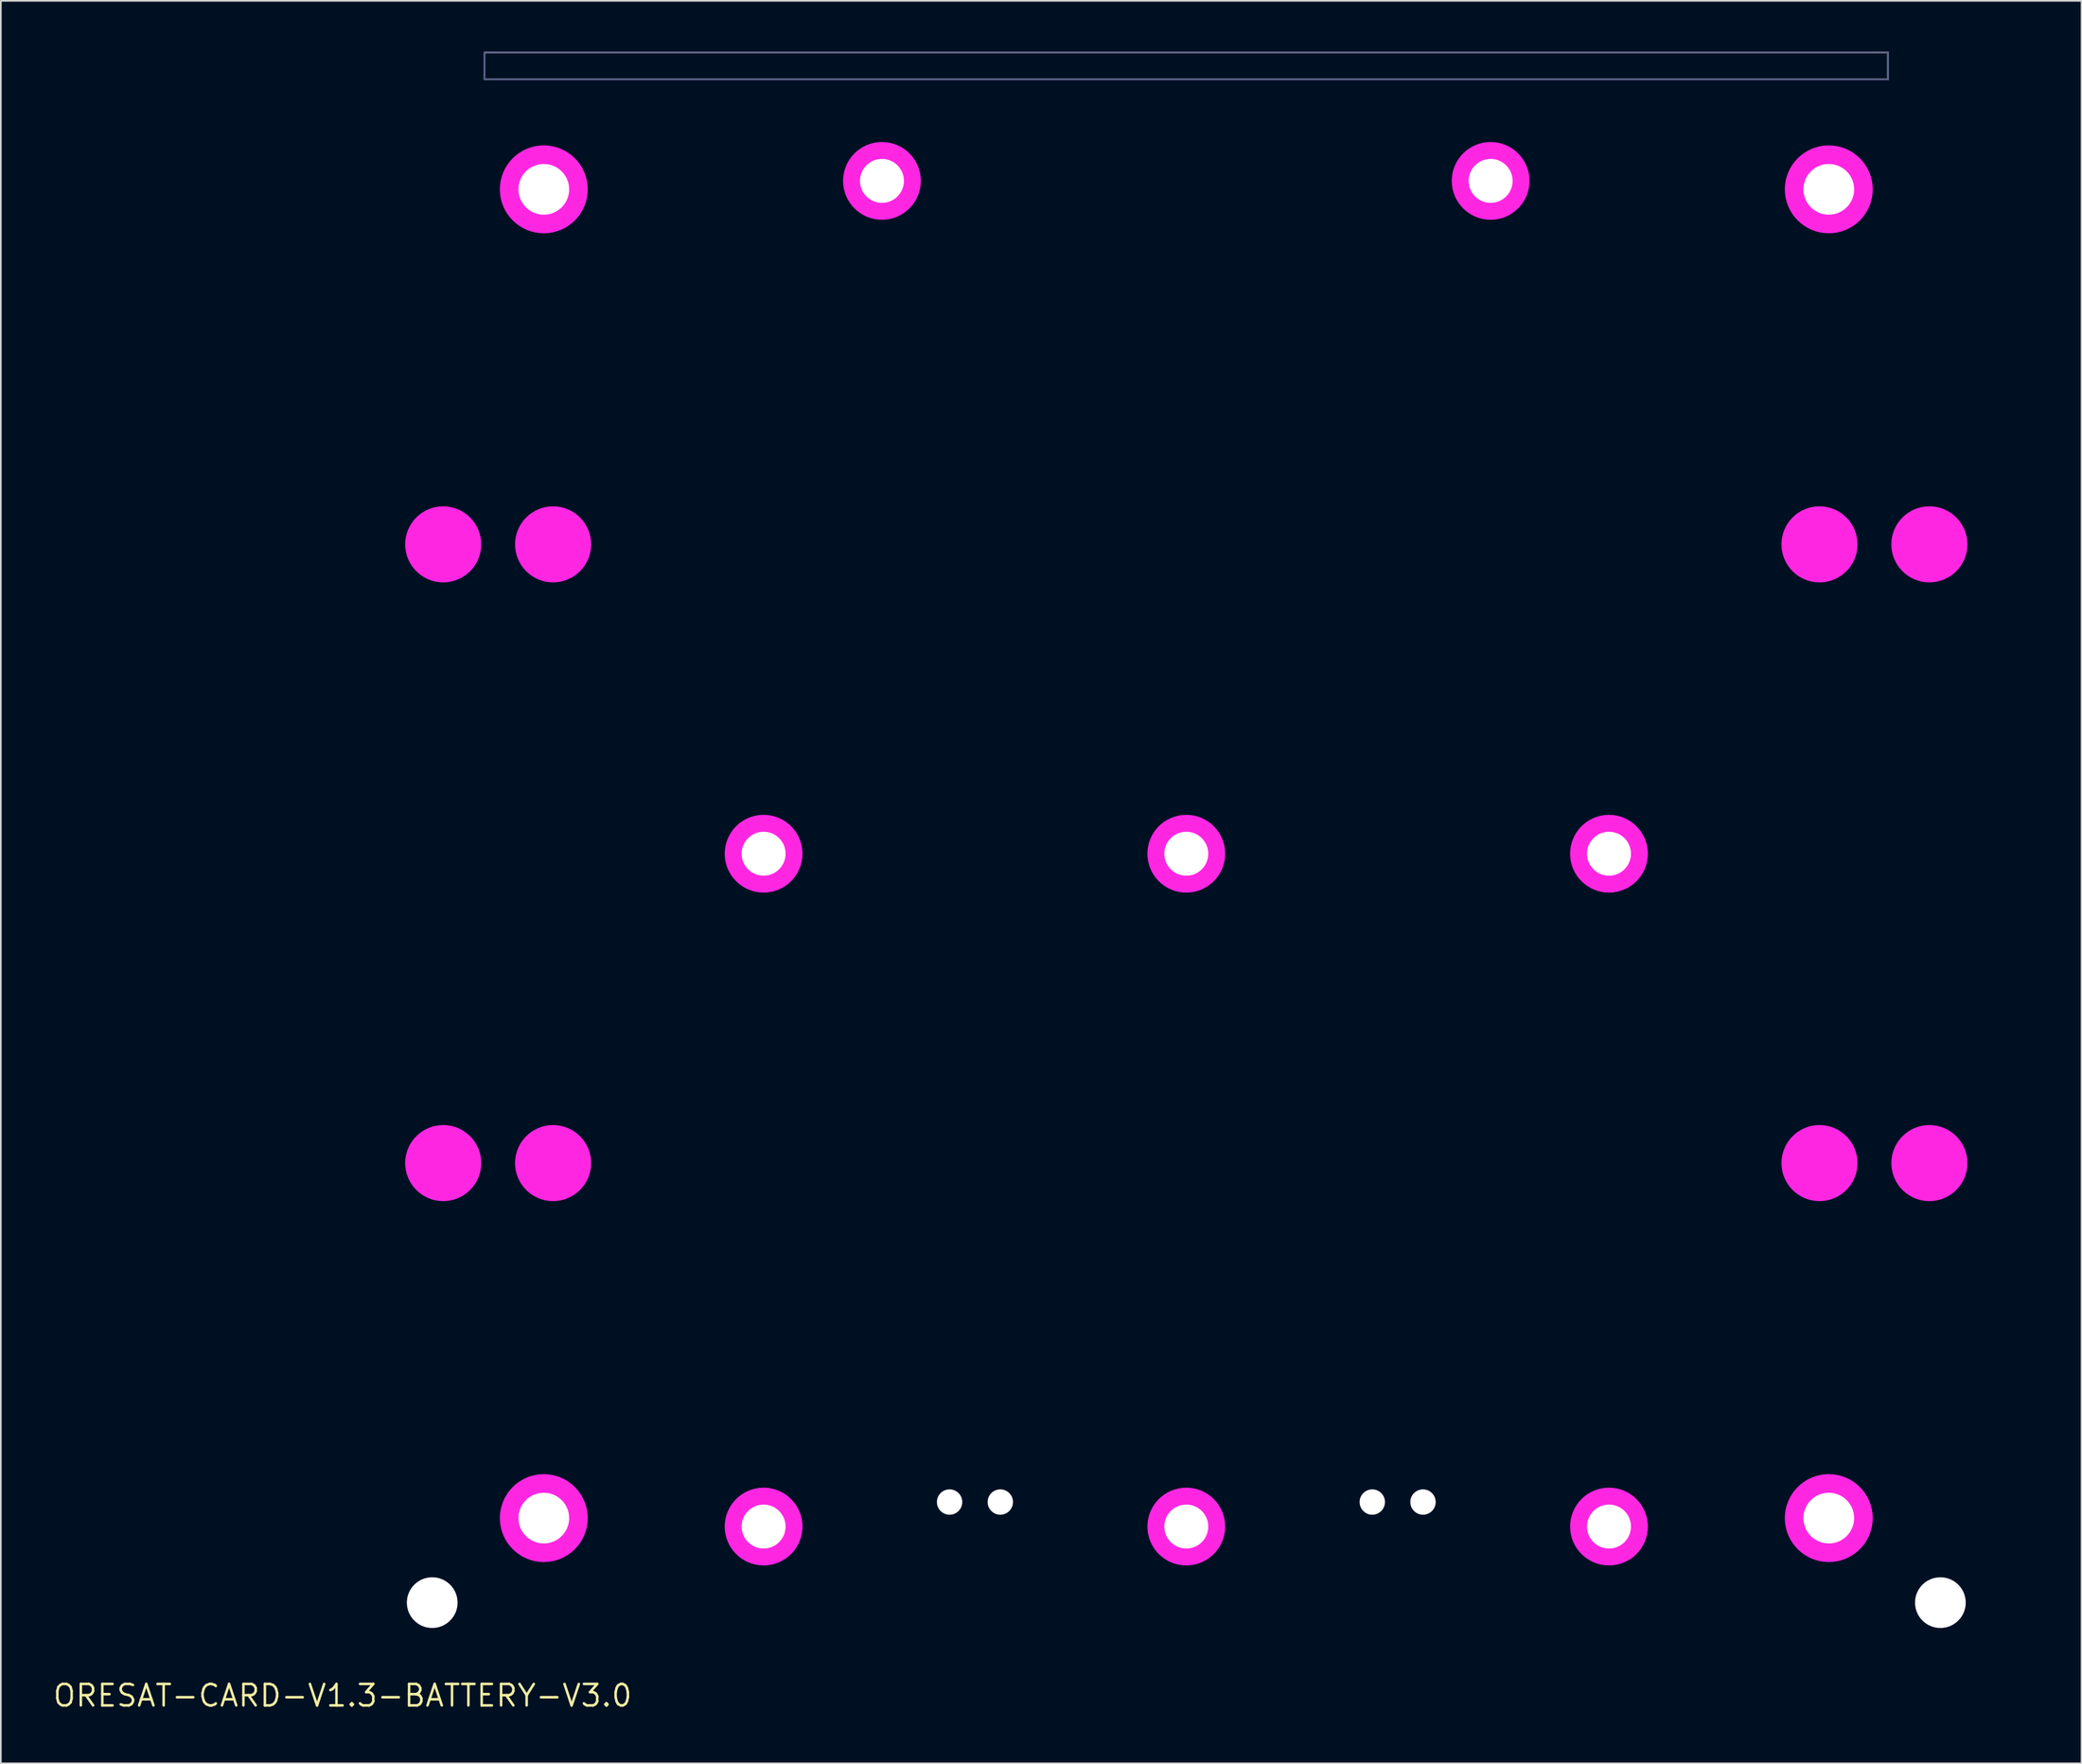
<source format=kicad_pcb>
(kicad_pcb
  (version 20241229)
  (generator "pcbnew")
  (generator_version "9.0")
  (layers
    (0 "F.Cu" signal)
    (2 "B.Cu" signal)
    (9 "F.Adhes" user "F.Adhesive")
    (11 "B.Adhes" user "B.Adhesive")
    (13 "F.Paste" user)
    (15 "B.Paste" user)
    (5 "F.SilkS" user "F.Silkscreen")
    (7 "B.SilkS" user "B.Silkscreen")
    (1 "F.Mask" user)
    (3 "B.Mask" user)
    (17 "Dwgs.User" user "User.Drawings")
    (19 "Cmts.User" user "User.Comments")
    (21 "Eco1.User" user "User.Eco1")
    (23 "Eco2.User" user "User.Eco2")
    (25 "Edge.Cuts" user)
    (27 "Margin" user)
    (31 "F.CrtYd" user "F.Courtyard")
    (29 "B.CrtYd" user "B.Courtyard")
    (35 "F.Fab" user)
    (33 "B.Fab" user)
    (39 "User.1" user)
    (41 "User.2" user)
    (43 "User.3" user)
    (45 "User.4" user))
  (footprint "ORESAT-CARD-V1.3-BATTERY-V3.0"
    (layer "F.Cu")
    (at 17.213 97.25)
    (property "Reference" "ORESAT-CARD-V1.3-BATTERY-V3.0" (at 0 0 0) (layer "F.SilkS") (effects (font (size 1.27 1.27) (thickness 0.15))))
    (fp_circle (center 5.95 -68.1) (end 7.075 -68.1) (stroke (width 2.25) (type solid)) (fill yes) (layer "F.Mask"))
    (fp_circle (center 5.95 -31.5) (end 7.075 -31.5) (stroke (width 2.25) (type solid)) (fill yes) (layer "F.Mask"))
    (fp_circle (center 11.9 -89.1) (end 13.2 -89.1) (stroke (width 2.6) (type solid)) (fill yes) (layer "F.Mask"))
    (fp_circle (center 11.9 -10.5) (end 13.2 -10.5) (stroke (width 2.6) (type solid)) (fill yes) (layer "F.Mask"))
    (fp_circle (center 12.45 -68.1) (end 13.575 -68.1) (stroke (width 2.25) (type solid)) (fill yes) (layer "F.Mask"))
    (fp_circle (center 12.45 -31.5) (end 13.575 -31.5) (stroke (width 2.25) (type solid)) (fill yes) (layer "F.Mask"))
    (fp_circle (center 24.9 -49.8) (end 26.025 -49.8) (stroke (width 2.25) (type solid)) (fill yes) (layer "F.Mask"))
    (fp_circle (center 24.9 -10) (end 26.025 -10) (stroke (width 2.25) (type solid)) (fill yes) (layer "F.Mask"))
    (fp_circle (center 31.9 -89.6) (end 33.025 -89.6) (stroke (width 2.25) (type solid)) (fill yes) (layer "F.Mask"))
    (fp_circle (center 49.9 -49.8) (end 51.025 -49.8) (stroke (width 2.25) (type solid)) (fill yes) (layer "F.Mask"))
    (fp_circle (center 49.9 -10) (end 51.025 -10) (stroke (width 2.25) (type solid)) (fill yes) (layer "F.Mask"))
    (fp_circle (center 67.9 -89.6) (end 69.025 -89.6) (stroke (width 2.25) (type solid)) (fill yes) (layer "F.Mask"))
    (fp_circle (center 74.9 -49.8) (end 76.025 -49.8) (stroke (width 2.25) (type solid)) (fill yes) (layer "F.Mask"))
    (fp_circle (center 74.9 -10) (end 76.025 -10) (stroke (width 2.25) (type solid)) (fill yes) (layer "F.Mask"))
    (fp_circle (center 87.35 -68.1) (end 88.475 -68.1) (stroke (width 2.25) (type solid)) (fill yes) (layer "F.Mask"))
    (fp_circle (center 87.35 -31.5) (end 88.475 -31.5) (stroke (width 2.25) (type solid)) (fill yes) (layer "F.Mask"))
    (fp_circle (center 87.9 -89.1) (end 89.2 -89.1) (stroke (width 2.6) (type solid)) (fill yes) (layer "F.Mask"))
    (fp_circle (center 87.9 -10.5) (end 89.2 -10.5) (stroke (width 2.6) (type solid)) (fill yes) (layer "F.Mask"))
    (fp_circle (center 93.85 -68.1) (end 94.975 -68.1) (stroke (width 2.25) (type solid)) (fill yes) (layer "F.Mask"))
    (fp_circle (center 93.85 -31.5) (end 94.975 -31.5) (stroke (width 2.25) (type solid)) (fill yes) (layer "F.Mask"))
    (fp_poly (pts (xy 2.75 -8.55) (xy 0.497 -8.55) (xy 0.358 -8.568) (xy 0.225 -8.623) (xy 0.111 -8.711) (xy 0.021 -8.827) (xy -0.05 -9.093) (xy -0.05 -88.821) (xy 2.75 -91.621)) (stroke (width 0) (type default)) (fill yes) (layer "F.Mask"))
    (fp_poly (pts (xy 99.85 -88.822) (xy 99.85 -9.097) (xy 99.832 -8.958) (xy 99.777 -8.825) (xy 99.689 -8.711) (xy 99.575 -8.623) (xy 99.442 -8.568) (xy 99.303 -8.55) (xy 97.05 -8.55) (xy 97.05 -91.414)) (stroke (width 0) (type default)) (fill yes) (layer "F.Mask"))
    (fp_poly (pts (xy 84.35 -0.497) (xy 84.332 -0.358) (xy 84.277 -0.225) (xy 84.189 -0.111) (xy 84.075 -0.023) (xy 83.942 0.032) (xy 83.803 0.05) (xy 15.997 0.05) (xy 15.858 0.032) (xy 15.725 -0.023) (xy 15.611 -0.111) (xy 15.521 -0.227) (xy 15.45 -0.493) (xy 15.45 -2.65) (xy 84.35 -2.65)) (stroke (width 0) (type default)) (fill yes) (layer "F.Mask"))
    (fp_poly (pts (xy 2.75 -8.55) (xy 0.497 -8.55) (xy 0.358 -8.568) (xy 0.225 -8.623) (xy 0.111 -8.711) (xy 0.021 -8.827) (xy -0.05 -9.093) (xy -0.05 -88.821) (xy 2.75 -91.621)) (stroke (width 0) (type default)) (fill yes) (layer "B.Mask"))
    (fp_poly (pts (xy 99.85 -88.822) (xy 99.85 -9.097) (xy 99.832 -8.958) (xy 99.777 -8.825) (xy 99.689 -8.711) (xy 99.575 -8.623) (xy 99.442 -8.568) (xy 99.303 -8.55) (xy 97.05 -8.55) (xy 97.05 -91.414)) (stroke (width 0) (type default)) (fill yes) (layer "B.Mask"))
    (fp_poly (pts (xy 84.35 -0.497) (xy 84.332 -0.358) (xy 84.277 -0.225) (xy 84.189 -0.111) (xy 84.075 -0.023) (xy 83.942 0.032) (xy 83.803 0.05) (xy 15.997 0.05) (xy 15.858 0.032) (xy 15.725 -0.023) (xy 15.611 -0.111) (xy 15.521 -0.227) (xy 15.45 -0.493) (xy 15.45 -2.65) (xy 84.35 -2.65)) (stroke (width 0) (type default)) (fill yes) (layer "B.Mask"))
    (fp_line (start 0 -88.8) (end 0 -9.1) (stroke (width 0.001) (type solid)) (layer "Dwgs.User"))
    (fp_line (start 0 -88.8) (end 5.8 -94.6) (stroke (width 0.001) (type solid)) (layer "Dwgs.User"))
    (fp_line (start 0 -9.1) (end 0 -88.8) (stroke (width 0.001) (type solid)) (layer "Dwgs.User"))
    (fp_line (start 2.25 -8.6) (end 0.5 -8.6) (stroke (width 0.001) (type solid)) (layer "Dwgs.User"))
    (fp_line (start 2.25 -8.6) (end 0.5 -8.6) (stroke (width 0.001) (type solid)) (layer "Dwgs.User"))
    (fp_line (start 2.75 -8.1) (end 2.75 -3.4) (stroke (width 0.001) (type solid)) (layer "Dwgs.User"))
    (fp_line (start 2.75 -3.4) (end 2.75 -8.1) (stroke (width 0.001) (type solid)) (layer "Dwgs.User"))
    (fp_line (start 2.8 -91.1) (end 3.3 -91.6) (stroke (width 0.001) (type solid)) (layer "Dwgs.User"))
    (fp_line (start 2.8 -66.6) (end 2.8 -91.1) (stroke (width 0.001) (type solid)) (layer "Dwgs.User"))
    (fp_line (start 2.8 -33) (end 15.4 -33) (stroke (width 0.001) (type solid)) (layer "Dwgs.User"))
    (fp_line (start 2.8 -8.5) (end 2.8 -33) (stroke (width 0.001) (type solid)) (layer "Dwgs.User"))
    (fp_line (start 3.25 -2.9) (end 15 -2.9) (stroke (width 0.001) (type solid)) (layer "Dwgs.User"))
    (fp_line (start 3.25 -2.9) (end 15 -2.9) (stroke (width 0.001) (type solid)) (layer "Dwgs.User"))
    (fp_line (start 3.3 -91.6) (end 15.4 -91.6) (stroke (width 0.001) (type solid)) (layer "Dwgs.User"))
    (fp_line (start 3.3 -8) (end 2.8 -8.5) (stroke (width 0.001) (type solid)) (layer "Dwgs.User"))
    (fp_line (start 5.8 -94.6) (end 0 -88.8) (stroke (width 0.001) (type solid)) (layer "Dwgs.User"))
    (fp_line (start 5.8 -94.6) (end 8.668 -94.6) (stroke (width 0.001) (type solid)) (layer "Dwgs.User"))
    (fp_line (start 8.4 -84.8) (end 8.4 -75.8) (stroke (width 0.001) (type solid)) (layer "Dwgs.User"))
    (fp_line (start 8.4 -24) (end 8.4 -15) (stroke (width 0.001) (type solid)) (layer "Dwgs.User"))
    (fp_line (start 8.668 -94.6) (end 5.8 -94.6) (stroke (width 0.001) (type solid)) (layer "Dwgs.User"))
    (fp_line (start 9.873 -87.9) (end 56.421 -87.9) (stroke (width 0.001) (type solid)) (layer "Dwgs.User"))
    (fp_line (start 10.4 -73.8) (end 15.4 -73.8) (stroke (width 0.001) (type solid)) (layer "Dwgs.User"))
    (fp_line (start 10.4 -13) (end 15.4 -13) (stroke (width 0.001) (type solid)) (layer "Dwgs.User"))
    (fp_line (start 12.132 -94.6) (end 31.668 -94.6) (stroke (width 0.001) (type solid)) (layer "Dwgs.User"))
    (fp_line (start 13.4 -81.9) (end 13.4 -75.9) (stroke (width 0.001) (type solid)) (layer "Dwgs.User"))
    (fp_line (start 13.4 -81.9) (end 13.4 -75.9) (stroke (width 0.001) (type solid)) (layer "Dwgs.User"))
    (fp_line (start 13.4 -63.5) (end 13.4 -57.5) (stroke (width 0.001) (type solid)) (layer "Dwgs.User"))
    (fp_line (start 13.4 -63.5) (end 13.4 -57.5) (stroke (width 0.001) (type solid)) (layer "Dwgs.User"))
    (fp_line (start 13.4 -42.1) (end 13.4 -36.1) (stroke (width 0.001) (type solid)) (layer "Dwgs.User"))
    (fp_line (start 13.4 -42.1) (end 13.4 -36.1) (stroke (width 0.001) (type solid)) (layer "Dwgs.User"))
    (fp_line (start 13.4 -23.7) (end 13.4 -17.7) (stroke (width 0.001) (type solid)) (layer "Dwgs.User"))
    (fp_line (start 13.4 -23.7) (end 13.4 -17.7) (stroke (width 0.001) (type solid)) (layer "Dwgs.User"))
    (fp_line (start 14.4 -75.9) (end 14.4 -81.9) (stroke (width 0.001) (type solid)) (layer "Dwgs.User"))
    (fp_line (start 14.4 -75.9) (end 14.4 -81.9) (stroke (width 0.001) (type solid)) (layer "Dwgs.User"))
    (fp_line (start 14.4 -57.5) (end 14.4 -63.5) (stroke (width 0.001) (type solid)) (layer "Dwgs.User"))
    (fp_line (start 14.4 -57.5) (end 14.4 -63.5) (stroke (width 0.001) (type solid)) (layer "Dwgs.User"))
    (fp_line (start 14.4 -36.1) (end 14.4 -42.1) (stroke (width 0.001) (type solid)) (layer "Dwgs.User"))
    (fp_line (start 14.4 -36.1) (end 14.4 -42.1) (stroke (width 0.001) (type solid)) (layer "Dwgs.User"))
    (fp_line (start 14.4 -17.7) (end 14.4 -23.7) (stroke (width 0.001) (type solid)) (layer "Dwgs.User"))
    (fp_line (start 14.4 -17.7) (end 14.4 -23.7) (stroke (width 0.001) (type solid)) (layer "Dwgs.User"))
    (fp_line (start 15.4 -91.6) (end 15.4 -86.8) (stroke (width 0.001) (type solid)) (layer "Dwgs.User"))
    (fp_line (start 15.4 -86.8) (end 10.4 -86.8) (stroke (width 0.001) (type solid)) (layer "Dwgs.User"))
    (fp_line (start 15.4 -73.8) (end 15.4 -66.6) (stroke (width 0.001) (type solid)) (layer "Dwgs.User"))
    (fp_line (start 15.4 -66.6) (end 2.8 -66.6) (stroke (width 0.001) (type solid)) (layer "Dwgs.User"))
    (fp_line (start 15.4 -33) (end 15.4 -26) (stroke (width 0.001) (type solid)) (layer "Dwgs.User"))
    (fp_line (start 15.4 -26) (end 10.4 -26) (stroke (width 0.001) (type solid)) (layer "Dwgs.User"))
    (fp_line (start 15.4 -13) (end 15.4 -8) (stroke (width 0.001) (type solid)) (layer "Dwgs.User"))
    (fp_line (start 15.4 -8) (end 3.3 -8) (stroke (width 0.001) (type solid)) (layer "Dwgs.User"))
    (fp_line (start 15.5 -2.4) (end 15.5 -0.5) (stroke (width 0.001) (type solid)) (layer "Dwgs.User"))
    (fp_line (start 15.5 -0.5) (end 15.5 -2.4) (stroke (width 0.001) (type solid)) (layer "Dwgs.User"))
    (fp_line (start 15.7 -81.9) (end 15.7 -91.1) (stroke (width 0.001) (type solid)) (layer "Dwgs.User"))
    (fp_line (start 15.7 -63.5) (end 15.7 -75.9) (stroke (width 0.001) (type solid)) (layer "Dwgs.User"))
    (fp_line (start 15.7 -42.1) (end 15.7 -57.5) (stroke (width 0.001) (type solid)) (layer "Dwgs.User"))
    (fp_line (start 15.7 -23.7) (end 15.7 -36.1) (stroke (width 0.001) (type solid)) (layer "Dwgs.User"))
    (fp_line (start 15.7 -13.623) (end 15.7 -17.7) (stroke (width 0.001) (type solid)) (layer "Dwgs.User"))
    (fp_line (start 16.4 -81.9) (end 16.4 -75.9) (stroke (width 0.001) (type solid)) (layer "Dwgs.User"))
    (fp_line (start 16.4 -81.9) (end 16.4 -75.9) (stroke (width 0.001) (type solid)) (layer "Dwgs.User"))
    (fp_line (start 16.4 -63.5) (end 16.4 -57.5) (stroke (width 0.001) (type solid)) (layer "Dwgs.User"))
    (fp_line (start 16.4 -63.5) (end 16.4 -57.5) (stroke (width 0.001) (type solid)) (layer "Dwgs.User"))
    (fp_line (start 16.4 -42.1) (end 16.4 -36.1) (stroke (width 0.001) (type solid)) (layer "Dwgs.User"))
    (fp_line (start 16.4 -42.1) (end 16.4 -36.1) (stroke (width 0.001) (type solid)) (layer "Dwgs.User"))
    (fp_line (start 16.4 -23.7) (end 16.4 -17.7) (stroke (width 0.001) (type solid)) (layer "Dwgs.User"))
    (fp_line (start 16.4 -23.7) (end 16.4 -17.7) (stroke (width 0.001) (type solid)) (layer "Dwgs.User"))
    (fp_line (start 16.7 -92.1) (end 36.4 -92.1) (stroke (width 0.001) (type solid)) (layer "Dwgs.User"))
    (fp_line (start 17.2 -8.5) (end 17.2 -10.5) (stroke (width 0.001) (type solid)) (layer "Dwgs.User"))
    (fp_line (start 17.4 -75.9) (end 17.4 -81.9) (stroke (width 0.001) (type solid)) (layer "Dwgs.User"))
    (fp_line (start 17.4 -75.9) (end 17.4 -81.9) (stroke (width 0.001) (type solid)) (layer "Dwgs.User"))
    (fp_line (start 17.4 -57.5) (end 17.4 -63.5) (stroke (width 0.001) (type solid)) (layer "Dwgs.User"))
    (fp_line (start 17.4 -57.5) (end 17.4 -63.5) (stroke (width 0.001) (type solid)) (layer "Dwgs.User"))
    (fp_line (start 17.4 -36.1) (end 17.4 -42.1) (stroke (width 0.001) (type solid)) (layer "Dwgs.User"))
    (fp_line (start 17.4 -36.1) (end 17.4 -42.1) (stroke (width 0.001) (type solid)) (layer "Dwgs.User"))
    (fp_line (start 17.4 -17.7) (end 17.4 -23.7) (stroke (width 0.001) (type solid)) (layer "Dwgs.User"))
    (fp_line (start 17.4 -17.7) (end 17.4 -23.7) (stroke (width 0.001) (type solid)) (layer "Dwgs.User"))
    (fp_line (start 19.1 -75.9) (end 19.1 -81.9) (stroke (width 0.001) (type solid)) (layer "Dwgs.User"))
    (fp_line (start 19.1 -57.5) (end 19.1 -63.5) (stroke (width 0.001) (type solid)) (layer "Dwgs.User"))
    (fp_line (start 19.1 -36.1) (end 19.1 -42.1) (stroke (width 0.001) (type solid)) (layer "Dwgs.User"))
    (fp_line (start 19.1 -17.7) (end 19.1 -23.7) (stroke (width 0.001) (type solid)) (layer "Dwgs.User"))
    (fp_line (start 21.9 -89.9) (end 21.9 -85.9) (stroke (width 0.001) (type solid)) (layer "Dwgs.User"))
    (fp_line (start 29.4 -7.5) (end 18.2 -7.5) (stroke (width 0.001) (type solid)) (layer "Dwgs.User"))
    (fp_line (start 31.4 -11.2) (end 31.4 -9.5) (stroke (width 0.001) (type solid)) (layer "Dwgs.User"))
    (fp_line (start 31.668 -94.6) (end 12.132 -94.6) (stroke (width 0.001) (type solid)) (layer "Dwgs.User"))
    (fp_line (start 35.132 -94.6) (end 64.668 -94.6) (stroke (width 0.001) (type solid)) (layer "Dwgs.User"))
    (fp_line (start 36.4 -92.1) (end 36.4 -86.43) (stroke (width 0.001) (type solid)) (layer "Dwgs.User"))
    (fp_line (start 36.4 -86.43) (end 63.4 -86.43) (stroke (width 0.001) (type solid)) (layer "Dwgs.User"))
    (fp_line (start 37.657 -88.656) (end 38.013 -88.656) (stroke (width 0.001) (type solid)) (layer "Dwgs.User"))
    (fp_line (start 37.657 -88.402) (end 37.657 -88.656) (stroke (width 0.001) (type solid)) (layer "Dwgs.User"))
    (fp_line (start 37.657 -87.386) (end 38.013 -87.386) (stroke (width 0.001) (type solid)) (layer "Dwgs.User"))
    (fp_line (start 37.657 -87.132) (end 37.657 -87.386) (stroke (width 0.001) (type solid)) (layer "Dwgs.User"))
    (fp_line (start 38.013 -88.656) (end 38.013 -88.402) (stroke (width 0.001) (type solid)) (layer "Dwgs.User"))
    (fp_line (start 38.013 -88.402) (end 37.657 -88.402) (stroke (width 0.001) (type solid)) (layer "Dwgs.User"))
    (fp_line (start 38.013 -87.386) (end 38.013 -87.132) (stroke (width 0.001) (type solid)) (layer "Dwgs.User"))
    (fp_line (start 38.013 -87.132) (end 37.657 -87.132) (stroke (width 0.001) (type solid)) (layer "Dwgs.User"))
    (fp_line (start 38.927 -88.656) (end 39.283 -88.656) (stroke (width 0.001) (type solid)) (layer "Dwgs.User"))
    (fp_line (start 38.927 -88.402) (end 38.927 -88.656) (stroke (width 0.001) (type solid)) (layer "Dwgs.User"))
    (fp_line (start 38.927 -87.386) (end 39.283 -87.386) (stroke (width 0.001) (type solid)) (layer "Dwgs.User"))
    (fp_line (start 38.927 -87.132) (end 38.927 -87.386) (stroke (width 0.001) (type solid)) (layer "Dwgs.User"))
    (fp_line (start 39.283 -88.656) (end 39.283 -88.402) (stroke (width 0.001) (type solid)) (layer "Dwgs.User"))
    (fp_line (start 39.283 -88.402) (end 38.927 -88.402) (stroke (width 0.001) (type solid)) (layer "Dwgs.User"))
    (fp_line (start 39.283 -87.386) (end 39.283 -87.132) (stroke (width 0.001) (type solid)) (layer "Dwgs.User"))
    (fp_line (start 39.283 -87.132) (end 38.927 -87.132) (stroke (width 0.001) (type solid)) (layer "Dwgs.User"))
    (fp_line (start 40.197 -88.656) (end 40.553 -88.656) (stroke (width 0.001) (type solid)) (layer "Dwgs.User"))
    (fp_line (start 40.197 -88.402) (end 40.197 -88.656) (stroke (width 0.001) (type solid)) (layer "Dwgs.User"))
    (fp_line (start 40.197 -87.386) (end 40.553 -87.386) (stroke (width 0.001) (type solid)) (layer "Dwgs.User"))
    (fp_line (start 40.197 -87.132) (end 40.197 -87.386) (stroke (width 0.001) (type solid)) (layer "Dwgs.User"))
    (fp_line (start 40.553 -88.656) (end 40.553 -88.402) (stroke (width 0.001) (type solid)) (layer "Dwgs.User"))
    (fp_line (start 40.553 -88.402) (end 40.197 -88.402) (stroke (width 0.001) (type solid)) (layer "Dwgs.User"))
    (fp_line (start 40.553 -87.386) (end 40.553 -87.132) (stroke (width 0.001) (type solid)) (layer "Dwgs.User"))
    (fp_line (start 40.553 -87.132) (end 40.197 -87.132) (stroke (width 0.001) (type solid)) (layer "Dwgs.User"))
    (fp_line (start 41.4 -13.2) (end 33.4 -13.2) (stroke (width 0.001) (type solid)) (layer "Dwgs.User"))
    (fp_line (start 41.467 -88.656) (end 41.823 -88.656) (stroke (width 0.001) (type solid)) (layer "Dwgs.User"))
    (fp_line (start 41.467 -88.402) (end 41.467 -88.656) (stroke (width 0.001) (type solid)) (layer "Dwgs.User"))
    (fp_line (start 41.467 -87.386) (end 41.823 -87.386) (stroke (width 0.001) (type solid)) (layer "Dwgs.User"))
    (fp_line (start 41.467 -87.132) (end 41.467 -87.386) (stroke (width 0.001) (type solid)) (layer "Dwgs.User"))
    (fp_line (start 41.823 -88.656) (end 41.823 -88.402) (stroke (width 0.001) (type solid)) (layer "Dwgs.User"))
    (fp_line (start 41.823 -88.402) (end 41.467 -88.402) (stroke (width 0.001) (type solid)) (layer "Dwgs.User"))
    (fp_line (start 41.823 -87.386) (end 41.823 -87.132) (stroke (width 0.001) (type solid)) (layer "Dwgs.User"))
    (fp_line (start 41.823 -87.132) (end 41.467 -87.132) (stroke (width 0.001) (type solid)) (layer "Dwgs.User"))
    (fp_line (start 42.737 -88.656) (end 43.093 -88.656) (stroke (width 0.001) (type solid)) (layer "Dwgs.User"))
    (fp_line (start 42.737 -88.402) (end 42.737 -88.656) (stroke (width 0.001) (type solid)) (layer "Dwgs.User"))
    (fp_line (start 42.737 -87.386) (end 43.093 -87.386) (stroke (width 0.001) (type solid)) (layer "Dwgs.User"))
    (fp_line (start 42.737 -87.132) (end 42.737 -87.386) (stroke (width 0.001) (type solid)) (layer "Dwgs.User"))
    (fp_line (start 43.093 -88.656) (end 43.093 -88.402) (stroke (width 0.001) (type solid)) (layer "Dwgs.User"))
    (fp_line (start 43.093 -88.402) (end 42.737 -88.402) (stroke (width 0.001) (type solid)) (layer "Dwgs.User"))
    (fp_line (start 43.093 -87.386) (end 43.093 -87.132) (stroke (width 0.001) (type solid)) (layer "Dwgs.User"))
    (fp_line (start 43.093 -87.132) (end 42.737 -87.132) (stroke (width 0.001) (type solid)) (layer "Dwgs.User"))
    (fp_line (start 43.4 -9.5) (end 43.4 -11.2) (stroke (width 0.001) (type solid)) (layer "Dwgs.User"))
    (fp_line (start 44.007 -88.656) (end 44.363 -88.656) (stroke (width 0.001) (type solid)) (layer "Dwgs.User"))
    (fp_line (start 44.007 -88.402) (end 44.007 -88.656) (stroke (width 0.001) (type solid)) (layer "Dwgs.User"))
    (fp_line (start 44.007 -87.386) (end 44.363 -87.386) (stroke (width 0.001) (type solid)) (layer "Dwgs.User"))
    (fp_line (start 44.007 -87.132) (end 44.007 -87.386) (stroke (width 0.001) (type solid)) (layer "Dwgs.User"))
    (fp_line (start 44.363 -88.656) (end 44.363 -88.402) (stroke (width 0.001) (type solid)) (layer "Dwgs.User"))
    (fp_line (start 44.363 -88.402) (end 44.007 -88.402) (stroke (width 0.001) (type solid)) (layer "Dwgs.User"))
    (fp_line (start 44.363 -87.386) (end 44.363 -87.132) (stroke (width 0.001) (type solid)) (layer "Dwgs.User"))
    (fp_line (start 44.363 -87.132) (end 44.007 -87.132) (stroke (width 0.001) (type solid)) (layer "Dwgs.User"))
    (fp_line (start 45.277 -88.656) (end 45.633 -88.656) (stroke (width 0.001) (type solid)) (layer "Dwgs.User"))
    (fp_line (start 45.277 -88.402) (end 45.277 -88.656) (stroke (width 0.001) (type solid)) (layer "Dwgs.User"))
    (fp_line (start 45.277 -87.386) (end 45.633 -87.386) (stroke (width 0.001) (type solid)) (layer "Dwgs.User"))
    (fp_line (start 45.277 -87.132) (end 45.277 -87.386) (stroke (width 0.001) (type solid)) (layer "Dwgs.User"))
    (fp_line (start 45.633 -88.656) (end 45.633 -88.402) (stroke (width 0.001) (type solid)) (layer "Dwgs.User"))
    (fp_line (start 45.633 -88.402) (end 45.277 -88.402) (stroke (width 0.001) (type solid)) (layer "Dwgs.User"))
    (fp_line (start 45.633 -87.386) (end 45.633 -87.132) (stroke (width 0.001) (type solid)) (layer "Dwgs.User"))
    (fp_line (start 45.633 -87.132) (end 45.277 -87.132) (stroke (width 0.001) (type solid)) (layer "Dwgs.User"))
    (fp_line (start 46.547 -88.656) (end 46.903 -88.656) (stroke (width 0.001) (type solid)) (layer "Dwgs.User"))
    (fp_line (start 46.547 -88.402) (end 46.547 -88.656) (stroke (width 0.001) (type solid)) (layer "Dwgs.User"))
    (fp_line (start 46.547 -87.386) (end 46.903 -87.386) (stroke (width 0.001) (type solid)) (layer "Dwgs.User"))
    (fp_line (start 46.547 -87.132) (end 46.547 -87.386) (stroke (width 0.001) (type solid)) (layer "Dwgs.User"))
    (fp_line (start 46.903 -88.656) (end 46.903 -88.402) (stroke (width 0.001) (type solid)) (layer "Dwgs.User"))
    (fp_line (start 46.903 -88.402) (end 46.547 -88.402) (stroke (width 0.001) (type solid)) (layer "Dwgs.User"))
    (fp_line (start 46.903 -87.386) (end 46.903 -87.132) (stroke (width 0.001) (type solid)) (layer "Dwgs.User"))
    (fp_line (start 46.903 -87.132) (end 46.547 -87.132) (stroke (width 0.001) (type solid)) (layer "Dwgs.User"))
    (fp_line (start 47.817 -88.656) (end 48.173 -88.656) (stroke (width 0.001) (type solid)) (layer "Dwgs.User"))
    (fp_line (start 47.817 -88.402) (end 47.817 -88.656) (stroke (width 0.001) (type solid)) (layer "Dwgs.User"))
    (fp_line (start 47.817 -87.386) (end 48.173 -87.386) (stroke (width 0.001) (type solid)) (layer "Dwgs.User"))
    (fp_line (start 47.817 -87.132) (end 47.817 -87.386) (stroke (width 0.001) (type solid)) (layer "Dwgs.User"))
    (fp_line (start 48.173 -88.656) (end 48.173 -88.402) (stroke (width 0.001) (type solid)) (layer "Dwgs.User"))
    (fp_line (start 48.173 -88.402) (end 47.817 -88.402) (stroke (width 0.001) (type solid)) (layer "Dwgs.User"))
    (fp_line (start 48.173 -87.386) (end 48.173 -87.132) (stroke (width 0.001) (type solid)) (layer "Dwgs.User"))
    (fp_line (start 48.173 -87.132) (end 47.817 -87.132) (stroke (width 0.001) (type solid)) (layer "Dwgs.User"))
    (fp_line (start 49.087 -88.656) (end 49.443 -88.656) (stroke (width 0.001) (type solid)) (layer "Dwgs.User"))
    (fp_line (start 49.087 -88.402) (end 49.087 -88.656) (stroke (width 0.001) (type solid)) (layer "Dwgs.User"))
    (fp_line (start 49.087 -87.386) (end 49.443 -87.386) (stroke (width 0.001) (type solid)) (layer "Dwgs.User"))
    (fp_line (start 49.087 -87.132) (end 49.087 -87.386) (stroke (width 0.001) (type solid)) (layer "Dwgs.User"))
    (fp_line (start 49.443 -88.656) (end 49.443 -88.402) (stroke (width 0.001) (type solid)) (layer "Dwgs.User"))
    (fp_line (start 49.443 -88.402) (end 49.087 -88.402) (stroke (width 0.001) (type solid)) (layer "Dwgs.User"))
    (fp_line (start 49.443 -87.386) (end 49.443 -87.132) (stroke (width 0.001) (type solid)) (layer "Dwgs.User"))
    (fp_line (start 49.443 -87.132) (end 49.087 -87.132) (stroke (width 0.001) (type solid)) (layer "Dwgs.User"))
    (fp_line (start 49.9 -44.572) (end 49.9 -89.9) (stroke (width 0.001) (type solid)) (layer "Dwgs.User"))
    (fp_line (start 50.357 -88.656) (end 50.713 -88.656) (stroke (width 0.001) (type solid)) (layer "Dwgs.User"))
    (fp_line (start 50.357 -88.402) (end 50.357 -88.656) (stroke (width 0.001) (type solid)) (layer "Dwgs.User"))
    (fp_line (start 50.357 -87.386) (end 50.713 -87.386) (stroke (width 0.001) (type solid)) (layer "Dwgs.User"))
    (fp_line (start 50.357 -87.132) (end 50.357 -87.386) (stroke (width 0.001) (type solid)) (layer "Dwgs.User"))
    (fp_line (start 50.713 -88.656) (end 50.713 -88.402) (stroke (width 0.001) (type solid)) (layer "Dwgs.User"))
    (fp_line (start 50.713 -88.402) (end 50.357 -88.402) (stroke (width 0.001) (type solid)) (layer "Dwgs.User"))
    (fp_line (start 50.713 -87.386) (end 50.713 -87.132) (stroke (width 0.001) (type solid)) (layer "Dwgs.User"))
    (fp_line (start 50.713 -87.132) (end 50.357 -87.132) (stroke (width 0.001) (type solid)) (layer "Dwgs.User"))
    (fp_line (start 51.627 -88.656) (end 51.983 -88.656) (stroke (width 0.001) (type solid)) (layer "Dwgs.User"))
    (fp_line (start 51.627 -88.402) (end 51.627 -88.656) (stroke (width 0.001) (type solid)) (layer "Dwgs.User"))
    (fp_line (start 51.627 -87.386) (end 51.983 -87.386) (stroke (width 0.001) (type solid)) (layer "Dwgs.User"))
    (fp_line (start 51.627 -87.132) (end 51.627 -87.386) (stroke (width 0.001) (type solid)) (layer "Dwgs.User"))
    (fp_line (start 51.983 -88.656) (end 51.983 -88.402) (stroke (width 0.001) (type solid)) (layer "Dwgs.User"))
    (fp_line (start 51.983 -88.402) (end 51.627 -88.402) (stroke (width 0.001) (type solid)) (layer "Dwgs.User"))
    (fp_line (start 51.983 -87.386) (end 51.983 -87.132) (stroke (width 0.001) (type solid)) (layer "Dwgs.User"))
    (fp_line (start 51.983 -87.132) (end 51.627 -87.132) (stroke (width 0.001) (type solid)) (layer "Dwgs.User"))
    (fp_line (start 52.897 -88.656) (end 53.253 -88.656) (stroke (width 0.001) (type solid)) (layer "Dwgs.User"))
    (fp_line (start 52.897 -88.402) (end 52.897 -88.656) (stroke (width 0.001) (type solid)) (layer "Dwgs.User"))
    (fp_line (start 52.897 -87.386) (end 53.253 -87.386) (stroke (width 0.001) (type solid)) (layer "Dwgs.User"))
    (fp_line (start 52.897 -87.132) (end 52.897 -87.386) (stroke (width 0.001) (type solid)) (layer "Dwgs.User"))
    (fp_line (start 53.253 -88.656) (end 53.253 -88.402) (stroke (width 0.001) (type solid)) (layer "Dwgs.User"))
    (fp_line (start 53.253 -88.402) (end 52.897 -88.402) (stroke (width 0.001) (type solid)) (layer "Dwgs.User"))
    (fp_line (start 53.253 -87.386) (end 53.253 -87.132) (stroke (width 0.001) (type solid)) (layer "Dwgs.User"))
    (fp_line (start 53.253 -87.132) (end 52.897 -87.132) (stroke (width 0.001) (type solid)) (layer "Dwgs.User"))
    (fp_line (start 54.167 -88.656) (end 54.523 -88.656) (stroke (width 0.001) (type solid)) (layer "Dwgs.User"))
    (fp_line (start 54.167 -88.402) (end 54.167 -88.656) (stroke (width 0.001) (type solid)) (layer "Dwgs.User"))
    (fp_line (start 54.167 -87.386) (end 54.523 -87.386) (stroke (width 0.001) (type solid)) (layer "Dwgs.User"))
    (fp_line (start 54.167 -87.132) (end 54.167 -87.386) (stroke (width 0.001) (type solid)) (layer "Dwgs.User"))
    (fp_line (start 54.4 -7.5) (end 45.4 -7.5) (stroke (width 0.001) (type solid)) (layer "Dwgs.User"))
    (fp_line (start 54.523 -88.656) (end 54.523 -88.402) (stroke (width 0.001) (type solid)) (layer "Dwgs.User"))
    (fp_line (start 54.523 -88.402) (end 54.167 -88.402) (stroke (width 0.001) (type solid)) (layer "Dwgs.User"))
    (fp_line (start 54.523 -87.386) (end 54.523 -87.132) (stroke (width 0.001) (type solid)) (layer "Dwgs.User"))
    (fp_line (start 54.523 -87.132) (end 54.167 -87.132) (stroke (width 0.001) (type solid)) (layer "Dwgs.User"))
    (fp_line (start 55.437 -88.656) (end 55.793 -88.656) (stroke (width 0.001) (type solid)) (layer "Dwgs.User"))
    (fp_line (start 55.437 -88.402) (end 55.437 -88.656) (stroke (width 0.001) (type solid)) (layer "Dwgs.User"))
    (fp_line (start 55.437 -87.386) (end 55.793 -87.386) (stroke (width 0.001) (type solid)) (layer "Dwgs.User"))
    (fp_line (start 55.437 -87.132) (end 55.437 -87.386) (stroke (width 0.001) (type solid)) (layer "Dwgs.User"))
    (fp_line (start 55.793 -88.656) (end 55.793 -88.402) (stroke (width 0.001) (type solid)) (layer "Dwgs.User"))
    (fp_line (start 55.793 -88.402) (end 55.437 -88.402) (stroke (width 0.001) (type solid)) (layer "Dwgs.User"))
    (fp_line (start 55.793 -87.386) (end 55.793 -87.132) (stroke (width 0.001) (type solid)) (layer "Dwgs.User"))
    (fp_line (start 55.793 -87.132) (end 55.437 -87.132) (stroke (width 0.001) (type solid)) (layer "Dwgs.User"))
    (fp_line (start 56.4 -11.2) (end 56.4 -9.5) (stroke (width 0.001) (type solid)) (layer "Dwgs.User"))
    (fp_line (start 56.707 -88.656) (end 57.063 -88.656) (stroke (width 0.001) (type solid)) (layer "Dwgs.User"))
    (fp_line (start 56.707 -88.402) (end 56.707 -88.656) (stroke (width 0.001) (type solid)) (layer "Dwgs.User"))
    (fp_line (start 56.707 -87.386) (end 57.063 -87.386) (stroke (width 0.001) (type solid)) (layer "Dwgs.User"))
    (fp_line (start 56.707 -87.132) (end 56.707 -87.386) (stroke (width 0.001) (type solid)) (layer "Dwgs.User"))
    (fp_line (start 57.063 -88.656) (end 57.063 -88.402) (stroke (width 0.001) (type solid)) (layer "Dwgs.User"))
    (fp_line (start 57.063 -88.402) (end 56.707 -88.402) (stroke (width 0.001) (type solid)) (layer "Dwgs.User"))
    (fp_line (start 57.063 -87.386) (end 57.063 -87.132) (stroke (width 0.001) (type solid)) (layer "Dwgs.User"))
    (fp_line (start 57.063 -87.132) (end 56.707 -87.132) (stroke (width 0.001) (type solid)) (layer "Dwgs.User"))
    (fp_line (start 57.977 -88.656) (end 58.333 -88.656) (stroke (width 0.001) (type solid)) (layer "Dwgs.User"))
    (fp_line (start 57.977 -88.402) (end 57.977 -88.656) (stroke (width 0.001) (type solid)) (layer "Dwgs.User"))
    (fp_line (start 57.977 -87.386) (end 58.333 -87.386) (stroke (width 0.001) (type solid)) (layer "Dwgs.User"))
    (fp_line (start 57.977 -87.132) (end 57.977 -87.386) (stroke (width 0.001) (type solid)) (layer "Dwgs.User"))
    (fp_line (start 58.333 -88.656) (end 58.333 -88.402) (stroke (width 0.001) (type solid)) (layer "Dwgs.User"))
    (fp_line (start 58.333 -88.402) (end 57.977 -88.402) (stroke (width 0.001) (type solid)) (layer "Dwgs.User"))
    (fp_line (start 58.333 -87.386) (end 58.333 -87.132) (stroke (width 0.001) (type solid)) (layer "Dwgs.User"))
    (fp_line (start 58.333 -87.132) (end 57.977 -87.132) (stroke (width 0.001) (type solid)) (layer "Dwgs.User"))
    (fp_line (start 59.247 -88.656) (end 59.603 -88.656) (stroke (width 0.001) (type solid)) (layer "Dwgs.User"))
    (fp_line (start 59.247 -88.402) (end 59.247 -88.656) (stroke (width 0.001) (type solid)) (layer "Dwgs.User"))
    (fp_line (start 59.247 -87.386) (end 59.603 -87.386) (stroke (width 0.001) (type solid)) (layer "Dwgs.User"))
    (fp_line (start 59.247 -87.132) (end 59.247 -87.386) (stroke (width 0.001) (type solid)) (layer "Dwgs.User"))
    (fp_line (start 59.603 -88.656) (end 59.603 -88.402) (stroke (width 0.001) (type solid)) (layer "Dwgs.User"))
    (fp_line (start 59.603 -88.402) (end 59.247 -88.402) (stroke (width 0.001) (type solid)) (layer "Dwgs.User"))
    (fp_line (start 59.603 -87.386) (end 59.603 -87.132) (stroke (width 0.001) (type solid)) (layer "Dwgs.User"))
    (fp_line (start 59.603 -87.132) (end 59.247 -87.132) (stroke (width 0.001) (type solid)) (layer "Dwgs.User"))
    (fp_line (start 60.517 -88.656) (end 60.873 -88.656) (stroke (width 0.001) (type solid)) (layer "Dwgs.User"))
    (fp_line (start 60.517 -88.402) (end 60.517 -88.656) (stroke (width 0.001) (type solid)) (layer "Dwgs.User"))
    (fp_line (start 60.517 -87.386) (end 60.873 -87.386) (stroke (width 0.001) (type solid)) (layer "Dwgs.User"))
    (fp_line (start 60.517 -87.132) (end 60.517 -87.386) (stroke (width 0.001) (type solid)) (layer "Dwgs.User"))
    (fp_line (start 60.873 -88.656) (end 60.873 -88.402) (stroke (width 0.001) (type solid)) (layer "Dwgs.User"))
    (fp_line (start 60.873 -88.402) (end 60.517 -88.402) (stroke (width 0.001) (type solid)) (layer "Dwgs.User"))
    (fp_line (start 60.873 -87.386) (end 60.873 -87.132) (stroke (width 0.001) (type solid)) (layer "Dwgs.User"))
    (fp_line (start 60.873 -87.132) (end 60.517 -87.132) (stroke (width 0.001) (type solid)) (layer "Dwgs.User"))
    (fp_line (start 61.787 -88.656) (end 62.143 -88.656) (stroke (width 0.001) (type solid)) (layer "Dwgs.User"))
    (fp_line (start 61.787 -88.402) (end 61.787 -88.656) (stroke (width 0.001) (type solid)) (layer "Dwgs.User"))
    (fp_line (start 61.787 -87.386) (end 62.143 -87.386) (stroke (width 0.001) (type solid)) (layer "Dwgs.User"))
    (fp_line (start 61.787 -87.132) (end 61.787 -87.386) (stroke (width 0.001) (type solid)) (layer "Dwgs.User"))
    (fp_line (start 62.143 -88.656) (end 62.143 -88.402) (stroke (width 0.001) (type solid)) (layer "Dwgs.User"))
    (fp_line (start 62.143 -88.402) (end 61.787 -88.402) (stroke (width 0.001) (type solid)) (layer "Dwgs.User"))
    (fp_line (start 62.143 -87.386) (end 62.143 -87.132) (stroke (width 0.001) (type solid)) (layer "Dwgs.User"))
    (fp_line (start 62.143 -87.132) (end 61.787 -87.132) (stroke (width 0.001) (type solid)) (layer "Dwgs.User"))
    (fp_line (start 63.4 -92.1) (end 83.1 -92.1) (stroke (width 0.001) (type solid)) (layer "Dwgs.User"))
    (fp_line (start 63.4 -86.43) (end 63.4 -92.1) (stroke (width 0.001) (type solid)) (layer "Dwgs.User"))
    (fp_line (start 64.668 -94.6) (end 35.132 -94.6) (stroke (width 0.001) (type solid)) (layer "Dwgs.User"))
    (fp_line (start 66.4 -13.2) (end 58.4 -13.2) (stroke (width 0.001) (type solid)) (layer "Dwgs.User"))
    (fp_line (start 68.132 -94.6) (end 87.668 -94.6) (stroke (width 0.001) (type solid)) (layer "Dwgs.User"))
    (fp_line (start 68.4 -9.5) (end 68.4 -11.2) (stroke (width 0.001) (type solid)) (layer "Dwgs.User"))
    (fp_line (start 80.7 -81.9) (end 80.7 -75.9) (stroke (width 0.001) (type solid)) (layer "Dwgs.User"))
    (fp_line (start 80.7 -63.5) (end 80.7 -57.5) (stroke (width 0.001) (type solid)) (layer "Dwgs.User"))
    (fp_line (start 80.7 -42.1) (end 80.7 -36.1) (stroke (width 0.001) (type solid)) (layer "Dwgs.User"))
    (fp_line (start 80.7 -23.7) (end 80.7 -17.7) (stroke (width 0.001) (type solid)) (layer "Dwgs.User"))
    (fp_line (start 81.6 -7.5) (end 70.4 -7.5) (stroke (width 0.001) (type solid)) (layer "Dwgs.User"))
    (fp_line (start 82.4 -81.9) (end 82.4 -75.9) (stroke (width 0.001) (type solid)) (layer "Dwgs.User"))
    (fp_line (start 82.4 -81.9) (end 82.4 -75.9) (stroke (width 0.001) (type solid)) (layer "Dwgs.User"))
    (fp_line (start 82.4 -63.5) (end 82.4 -57.5) (stroke (width 0.001) (type solid)) (layer "Dwgs.User"))
    (fp_line (start 82.4 -63.5) (end 82.4 -57.5) (stroke (width 0.001) (type solid)) (layer "Dwgs.User"))
    (fp_line (start 82.4 -42.1) (end 82.4 -36.1) (stroke (width 0.001) (type solid)) (layer "Dwgs.User"))
    (fp_line (start 82.4 -42.1) (end 82.4 -36.1) (stroke (width 0.001) (type solid)) (layer "Dwgs.User"))
    (fp_line (start 82.4 -23.7) (end 82.4 -17.7) (stroke (width 0.001) (type solid)) (layer "Dwgs.User"))
    (fp_line (start 82.4 -23.7) (end 82.4 -17.7) (stroke (width 0.001) (type solid)) (layer "Dwgs.User"))
    (fp_line (start 82.6 -10.5) (end 82.6 -8.5) (stroke (width 0.001) (type solid)) (layer "Dwgs.User"))
    (fp_line (start 83.4 -75.9) (end 83.4 -81.9) (stroke (width 0.001) (type solid)) (layer "Dwgs.User"))
    (fp_line (start 83.4 -75.9) (end 83.4 -81.9) (stroke (width 0.001) (type solid)) (layer "Dwgs.User"))
    (fp_line (start 83.4 -57.5) (end 83.4 -63.5) (stroke (width 0.001) (type solid)) (layer "Dwgs.User"))
    (fp_line (start 83.4 -57.5) (end 83.4 -63.5) (stroke (width 0.001) (type solid)) (layer "Dwgs.User"))
    (fp_line (start 83.4 -36.1) (end 83.4 -42.1) (stroke (width 0.001) (type solid)) (layer "Dwgs.User"))
    (fp_line (start 83.4 -36.1) (end 83.4 -42.1) (stroke (width 0.001) (type solid)) (layer "Dwgs.User"))
    (fp_line (start 83.4 -17.7) (end 83.4 -23.7) (stroke (width 0.001) (type solid)) (layer "Dwgs.User"))
    (fp_line (start 83.4 -17.7) (end 83.4 -23.7) (stroke (width 0.001) (type solid)) (layer "Dwgs.User"))
    (fp_line (start 83.8 0) (end 16 0) (stroke (width 0.001) (type solid)) (layer "Dwgs.User"))
    (fp_line (start 83.8 0) (end 16 0) (stroke (width 0.001) (type solid)) (layer "Dwgs.User"))
    (fp_line (start 84.1 -91.1) (end 84.1 -81.9) (stroke (width 0.001) (type solid)) (layer "Dwgs.User"))
    (fp_line (start 84.1 -75.9) (end 84.1 -63.5) (stroke (width 0.001) (type solid)) (layer "Dwgs.User"))
    (fp_line (start 84.1 -57.5) (end 84.1 -42.1) (stroke (width 0.001) (type solid)) (layer "Dwgs.User"))
    (fp_line (start 84.1 -36.1) (end 84.1 -23.7) (stroke (width 0.001) (type solid)) (layer "Dwgs.User"))
    (fp_line (start 84.1 -17.7) (end 84.1 -13.623) (stroke (width 0.001) (type solid)) (layer "Dwgs.User"))
    (fp_line (start 84.3 -2.4) (end 84.3 -0.5) (stroke (width 0.001) (type solid)) (layer "Dwgs.User"))
    (fp_line (start 84.3 -0.5) (end 84.3 -2.4) (stroke (width 0.001) (type solid)) (layer "Dwgs.User"))
    (fp_line (start 84.4 -91.6) (end 96.5 -91.6) (stroke (width 0.001) (type solid)) (layer "Dwgs.User"))
    (fp_line (start 84.4 -86.6) (end 84.4 -91.6) (stroke (width 0.001) (type solid)) (layer "Dwgs.User"))
    (fp_line (start 84.4 -73.6) (end 89.4 -73.6) (stroke (width 0.001) (type solid)) (layer "Dwgs.User"))
    (fp_line (start 84.4 -66.6) (end 84.4 -73.6) (stroke (width 0.001) (type solid)) (layer "Dwgs.User"))
    (fp_line (start 84.4 -33) (end 97 -33) (stroke (width 0.001) (type solid)) (layer "Dwgs.User"))
    (fp_line (start 84.4 -25.8) (end 84.4 -33) (stroke (width 0.001) (type solid)) (layer "Dwgs.User"))
    (fp_line (start 84.4 -12.8) (end 89.4 -12.8) (stroke (width 0.001) (type solid)) (layer "Dwgs.User"))
    (fp_line (start 84.4 -8) (end 84.4 -12.8) (stroke (width 0.001) (type solid)) (layer "Dwgs.User"))
    (fp_line (start 84.8 -2.9) (end 96.55 -2.9) (stroke (width 0.001) (type solid)) (layer "Dwgs.User"))
    (fp_line (start 84.8 -2.9) (end 96.55 -2.9) (stroke (width 0.001) (type solid)) (layer "Dwgs.User"))
    (fp_line (start 85.4 -81.9) (end 85.4 -75.9) (stroke (width 0.001) (type solid)) (layer "Dwgs.User"))
    (fp_line (start 85.4 -81.9) (end 85.4 -75.9) (stroke (width 0.001) (type solid)) (layer "Dwgs.User"))
    (fp_line (start 85.4 -63.5) (end 85.4 -57.5) (stroke (width 0.001) (type solid)) (layer "Dwgs.User"))
    (fp_line (start 85.4 -63.5) (end 85.4 -57.5) (stroke (width 0.001) (type solid)) (layer "Dwgs.User"))
    (fp_line (start 85.4 -42.1) (end 85.4 -36.1) (stroke (width 0.001) (type solid)) (layer "Dwgs.User"))
    (fp_line (start 85.4 -42.1) (end 85.4 -36.1) (stroke (width 0.001) (type solid)) (layer "Dwgs.User"))
    (fp_line (start 85.4 -23.7) (end 85.4 -17.7) (stroke (width 0.001) (type solid)) (layer "Dwgs.User"))
    (fp_line (start 85.4 -23.7) (end 85.4 -17.7) (stroke (width 0.001) (type solid)) (layer "Dwgs.User"))
    (fp_line (start 86.4 -75.9) (end 86.4 -81.9) (stroke (width 0.001) (type solid)) (layer "Dwgs.User"))
    (fp_line (start 86.4 -75.9) (end 86.4 -81.9) (stroke (width 0.001) (type solid)) (layer "Dwgs.User"))
    (fp_line (start 86.4 -57.5) (end 86.4 -63.5) (stroke (width 0.001) (type solid)) (layer "Dwgs.User"))
    (fp_line (start 86.4 -57.5) (end 86.4 -63.5) (stroke (width 0.001) (type solid)) (layer "Dwgs.User"))
    (fp_line (start 86.4 -36.1) (end 86.4 -42.1) (stroke (width 0.001) (type solid)) (layer "Dwgs.User"))
    (fp_line (start 86.4 -36.1) (end 86.4 -42.1) (stroke (width 0.001) (type solid)) (layer "Dwgs.User"))
    (fp_line (start 86.4 -17.7) (end 86.4 -23.7) (stroke (width 0.001) (type solid)) (layer "Dwgs.User"))
    (fp_line (start 86.4 -17.7) (end 86.4 -23.7) (stroke (width 0.001) (type solid)) (layer "Dwgs.User"))
    (fp_line (start 87.668 -94.6) (end 68.132 -94.6) (stroke (width 0.001) (type solid)) (layer "Dwgs.User"))
    (fp_line (start 89.4 -86.6) (end 84.4 -86.6) (stroke (width 0.001) (type solid)) (layer "Dwgs.User"))
    (fp_line (start 89.4 -25.8) (end 84.4 -25.8) (stroke (width 0.001) (type solid)) (layer "Dwgs.User"))
    (fp_line (start 91.132 -94.6) (end 94 -94.6) (stroke (width 0.001) (type solid)) (layer "Dwgs.User"))
    (fp_line (start 91.4 -75.6) (end 91.4 -84.6) (stroke (width 0.001) (type solid)) (layer "Dwgs.User"))
    (fp_line (start 91.4 -14.8) (end 91.4 -23.8) (stroke (width 0.001) (type solid)) (layer "Dwgs.User"))
    (fp_line (start 94 -94.6) (end 91.132 -94.6) (stroke (width 0.001) (type solid)) (layer "Dwgs.User"))
    (fp_line (start 94 -94.6) (end 99.8 -88.8) (stroke (width 0.001) (type solid)) (layer "Dwgs.User"))
    (fp_line (start 96.5 -91.6) (end 97 -91.1) (stroke (width 0.001) (type solid)) (layer "Dwgs.User"))
    (fp_line (start 96.5 -8) (end 84.4 -8) (stroke (width 0.001) (type solid)) (layer "Dwgs.User"))
    (fp_line (start 97 -91.1) (end 97 -66.6) (stroke (width 0.001) (type solid)) (layer "Dwgs.User"))
    (fp_line (start 97 -66.6) (end 84.4 -66.6) (stroke (width 0.001) (type solid)) (layer "Dwgs.User"))
    (fp_line (start 97 -33) (end 97 -8.5) (stroke (width 0.001) (type solid)) (layer "Dwgs.User"))
    (fp_line (start 97 -8.5) (end 96.5 -8) (stroke (width 0.001) (type solid)) (layer "Dwgs.User"))
    (fp_line (start 97.05 -8.1) (end 97.05 -3.4) (stroke (width 0.001) (type solid)) (layer "Dwgs.User"))
    (fp_line (start 97.05 -3.4) (end 97.05 -8.1) (stroke (width 0.001) (type solid)) (layer "Dwgs.User"))
    (fp_line (start 99.3 -8.6) (end 97.55 -8.6) (stroke (width 0.001) (type solid)) (layer "Dwgs.User"))
    (fp_line (start 99.3 -8.6) (end 97.55 -8.6) (stroke (width 0.001) (type solid)) (layer "Dwgs.User"))
    (fp_line (start 99.8 -88.8) (end 94 -94.6) (stroke (width 0.001) (type solid)) (layer "Dwgs.User"))
    (fp_line (start 99.8 -88.8) (end 99.8 -9.1) (stroke (width 0.001) (type solid)) (layer "Dwgs.User"))
    (fp_line (start 99.8 -9.1) (end 99.8 -88.8) (stroke (width 0.001) (type solid)) (layer "Dwgs.User"))
    (fp_arc (start 0.5 -8.6) (mid 0.146447 -8.746447) (end 0 -9.1) (stroke (width 0.001) (type solid)) (layer "Dwgs.User"))
    (fp_arc (start 0.5 -8.6) (mid 0.146447 -8.746447) (end 0 -9.1) (stroke (width 0.001) (type solid)) (layer "Dwgs.User"))
    (fp_arc (start 2.25 -8.6) (mid 2.603553 -8.453553) (end 2.75 -8.1) (stroke (width 0.001) (type solid)) (layer "Dwgs.User"))
    (fp_arc (start 2.25 -8.6) (mid 2.603553 -8.453553) (end 2.75 -8.1) (stroke (width 0.001) (type solid)) (layer "Dwgs.User"))
    (fp_arc (start 3.25 -2.9) (mid 2.896447 -3.046447) (end 2.75 -3.4) (stroke (width 0.001) (type solid)) (layer "Dwgs.User"))
    (fp_arc (start 3.25 -2.9) (mid 2.896447 -3.046447) (end 2.75 -3.4) (stroke (width 0.001) (type solid)) (layer "Dwgs.User"))
    (fp_arc (start 8.4 -84.8) (mid 8.985786 -86.214214) (end 10.4 -86.8) (stroke (width 0.001) (type solid)) (layer "Dwgs.User"))
    (fp_arc (start 8.4 -24) (mid 8.985786 -25.414214) (end 10.4 -26) (stroke (width 0.001) (type solid)) (layer "Dwgs.User"))
    (fp_arc (start 10.4 -73.8) (mid 8.985786 -74.385786) (end 8.4 -75.8) (stroke (width 0.001) (type solid)) (layer "Dwgs.User"))
    (fp_arc (start 10.4 -13) (mid 8.985786 -13.585786) (end 8.4 -15) (stroke (width 0.001) (type solid)) (layer "Dwgs.User"))
    (fp_arc (start 12.132049 -94.599999) (mid 10.399999 -93.600001) (end 8.66795 -94.6) (stroke (width 0.001) (type solid)) (layer "Dwgs.User"))
    (fp_arc (start 12.132049 -94.599999) (mid 10.399999 -93.600001) (end 8.66795 -94.6) (stroke (width 0.001) (type solid)) (layer "Dwgs.User"))
    (fp_arc (start 13.4 -81.9) (mid 13.9 -82.4) (end 14.4 -81.9) (stroke (width 0.001) (type solid)) (layer "Dwgs.User"))
    (fp_arc (start 13.4 -81.9) (mid 13.9 -82.4) (end 14.4 -81.9) (stroke (width 0.001) (type solid)) (layer "Dwgs.User"))
    (fp_arc (start 13.4 -63.5) (mid 13.9 -64) (end 14.4 -63.5) (stroke (width 0.001) (type solid)) (layer "Dwgs.User"))
    (fp_arc (start 13.4 -63.5) (mid 13.9 -64) (end 14.4 -63.5) (stroke (width 0.001) (type solid)) (layer "Dwgs.User"))
    (fp_arc (start 13.4 -42.1) (mid 13.9 -42.6) (end 14.4 -42.1) (stroke (width 0.001) (type solid)) (layer "Dwgs.User"))
    (fp_arc (start 13.4 -42.1) (mid 13.9 -42.6) (end 14.4 -42.1) (stroke (width 0.001) (type solid)) (layer "Dwgs.User"))
    (fp_arc (start 13.4 -23.7) (mid 13.9 -24.2) (end 14.4 -23.7) (stroke (width 0.001) (type solid)) (layer "Dwgs.User"))
    (fp_arc (start 13.4 -23.7) (mid 13.9 -24.2) (end 14.4 -23.7) (stroke (width 0.001) (type solid)) (layer "Dwgs.User"))
    (fp_arc (start 14.4 -75.9) (mid 13.9 -75.4) (end 13.4 -75.9) (stroke (width 0.001) (type solid)) (layer "Dwgs.User"))
    (fp_arc (start 14.4 -75.9) (mid 13.9 -75.4) (end 13.4 -75.9) (stroke (width 0.001) (type solid)) (layer "Dwgs.User"))
    (fp_arc (start 14.4 -57.5) (mid 13.9 -57) (end 13.4 -57.5) (stroke (width 0.001) (type solid)) (layer "Dwgs.User"))
    (fp_arc (start 14.4 -57.5) (mid 13.9 -57) (end 13.4 -57.5) (stroke (width 0.001) (type solid)) (layer "Dwgs.User"))
    (fp_arc (start 14.4 -36.1) (mid 13.9 -35.6) (end 13.4 -36.1) (stroke (width 0.001) (type solid)) (layer "Dwgs.User"))
    (fp_arc (start 14.4 -36.1) (mid 13.9 -35.6) (end 13.4 -36.1) (stroke (width 0.001) (type solid)) (layer "Dwgs.User"))
    (fp_arc (start 14.4 -17.7) (mid 13.9 -17.2) (end 13.4 -17.7) (stroke (width 0.001) (type solid)) (layer "Dwgs.User"))
    (fp_arc (start 14.4 -17.7) (mid 13.9 -17.2) (end 13.4 -17.7) (stroke (width 0.001) (type solid)) (layer "Dwgs.User"))
    (fp_arc (start 15 -2.9) (mid 15.353553 -2.753553) (end 15.5 -2.4) (stroke (width 0.001) (type solid)) (layer "Dwgs.User"))
    (fp_arc (start 15 -2.9) (mid 15.353553 -2.753553) (end 15.5 -2.4) (stroke (width 0.001) (type solid)) (layer "Dwgs.User"))
    (fp_arc (start 15.7 -91.1) (mid 15.992893 -91.807107) (end 16.7 -92.1) (stroke (width 0.001) (type solid)) (layer "Dwgs.User"))
    (fp_arc (start 15.7 -81.9) (mid 17.4 -83.6) (end 19.1 -81.9) (stroke (width 0.001) (type solid)) (layer "Dwgs.User"))
    (fp_arc (start 15.7 -63.5) (mid 17.4 -65.2) (end 19.1 -63.5) (stroke (width 0.001) (type solid)) (layer "Dwgs.User"))
    (fp_arc (start 15.7 -42.1) (mid 17.4 -43.8) (end 19.1 -42.1) (stroke (width 0.001) (type solid)) (layer "Dwgs.User"))
    (fp_arc (start 15.7 -23.7) (mid 17.4 -25.4) (end 19.1 -23.7) (stroke (width 0.001) (type solid)) (layer "Dwgs.User"))
    (fp_arc (start 16 0) (mid 15.646447 -0.146447) (end 15.5 -0.5) (stroke (width 0.001) (type solid)) (layer "Dwgs.User"))
    (fp_arc (start 16 0) (mid 15.646447 -0.146447) (end 15.5 -0.5) (stroke (width 0.001) (type solid)) (layer "Dwgs.User"))
    (fp_arc (start 16.4 -81.9) (mid 16.9 -82.4) (end 17.4 -81.9) (stroke (width 0.001) (type solid)) (layer "Dwgs.User"))
    (fp_arc (start 16.4 -81.9) (mid 16.9 -82.4) (end 17.4 -81.9) (stroke (width 0.001) (type solid)) (layer "Dwgs.User"))
    (fp_arc (start 16.4 -63.5) (mid 16.9 -64) (end 17.4 -63.5) (stroke (width 0.001) (type solid)) (layer "Dwgs.User"))
    (fp_arc (start 16.4 -63.5) (mid 16.9 -64) (end 17.4 -63.5) (stroke (width 0.001) (type solid)) (layer "Dwgs.User"))
    (fp_arc (start 16.4 -42.1) (mid 16.9 -42.6) (end 17.4 -42.1) (stroke (width 0.001) (type solid)) (layer "Dwgs.User"))
    (fp_arc (start 16.4 -42.1) (mid 16.9 -42.6) (end 17.4 -42.1) (stroke (width 0.001) (type solid)) (layer "Dwgs.User"))
    (fp_arc (start 16.4 -23.7) (mid 16.9 -24.2) (end 17.4 -23.7) (stroke (width 0.001) (type solid)) (layer "Dwgs.User"))
    (fp_arc (start 16.4 -23.7) (mid 16.9 -24.2) (end 17.4 -23.7) (stroke (width 0.001) (type solid)) (layer "Dwgs.User"))
    (fp_arc (start 16.637496 -11.670938) (mid 17.05208 -11.14952) (end 17.2 -10.5) (stroke (width 0.001) (type solid)) (layer "Dwgs.User"))
    (fp_arc (start 16.637499 -11.67094) (mid 15.94653 -12.539969) (end 15.7 -13.6225) (stroke (width 0.001) (type solid)) (layer "Dwgs.User"))
    (fp_arc (start 17.4 -75.9) (mid 16.9 -75.4) (end 16.4 -75.9) (stroke (width 0.001) (type solid)) (layer "Dwgs.User"))
    (fp_arc (start 17.4 -75.9) (mid 16.9 -75.4) (end 16.4 -75.9) (stroke (width 0.001) (type solid)) (layer "Dwgs.User"))
    (fp_arc (start 17.4 -57.5) (mid 16.9 -57) (end 16.4 -57.5) (stroke (width 0.001) (type solid)) (layer "Dwgs.User"))
    (fp_arc (start 17.4 -57.5) (mid 16.9 -57) (end 16.4 -57.5) (stroke (width 0.001) (type solid)) (layer "Dwgs.User"))
    (fp_arc (start 17.4 -36.1) (mid 16.9 -35.6) (end 16.4 -36.1) (stroke (width 0.001) (type solid)) (layer "Dwgs.User"))
    (fp_arc (start 17.4 -36.1) (mid 16.9 -35.6) (end 16.4 -36.1) (stroke (width 0.001) (type solid)) (layer "Dwgs.User"))
    (fp_arc (start 17.4 -17.7) (mid 16.9 -17.2) (end 16.4 -17.7) (stroke (width 0.001) (type solid)) (layer "Dwgs.User"))
    (fp_arc (start 17.4 -17.7) (mid 16.9 -17.2) (end 16.4 -17.7) (stroke (width 0.001) (type solid)) (layer "Dwgs.User"))
    (fp_arc (start 18.2 -7.5) (mid 17.492893 -7.792893) (end 17.2 -8.5) (stroke (width 0.001) (type solid)) (layer "Dwgs.User"))
    (fp_arc (start 19.1 -75.9) (mid 17.4 -74.2) (end 15.7 -75.9) (stroke (width 0.001) (type solid)) (layer "Dwgs.User"))
    (fp_arc (start 19.1 -57.5) (mid 17.4 -55.8) (end 15.7 -57.5) (stroke (width 0.001) (type solid)) (layer "Dwgs.User"))
    (fp_arc (start 19.1 -36.1) (mid 17.4 -34.4) (end 15.7 -36.1) (stroke (width 0.001) (type solid)) (layer "Dwgs.User"))
    (fp_arc (start 19.1 -17.7) (mid 17.4 -16) (end 15.7 -17.7) (stroke (width 0.001) (type solid)) (layer "Dwgs.User"))
    (fp_arc (start 31.4 -11.2) (mid 31.985786 -12.614214) (end 33.4 -13.2) (stroke (width 0.001) (type solid)) (layer "Dwgs.User"))
    (fp_arc (start 31.4 -9.5) (mid 30.814214 -8.085786) (end 29.4 -7.5) (stroke (width 0.001) (type solid)) (layer "Dwgs.User"))
    (fp_arc (start 35.132049 -94.599999) (mid 33.399999 -93.600001) (end 31.66795 -94.6) (stroke (width 0.001) (type solid)) (layer "Dwgs.User"))
    (fp_arc (start 35.132049 -94.599999) (mid 33.399999 -93.600001) (end 31.66795 -94.6) (stroke (width 0.001) (type solid)) (layer "Dwgs.User"))
    (fp_arc (start 41.4 -13.2) (mid 42.814214 -12.614214) (end 43.4 -11.2) (stroke (width 0.001) (type solid)) (layer "Dwgs.User"))
    (fp_arc (start 45.4 -7.5) (mid 43.985786 -8.085786) (end 43.4 -9.5) (stroke (width 0.001) (type solid)) (layer "Dwgs.User"))
    (fp_arc (start 56.4 -11.2) (mid 56.985786 -12.614214) (end 58.4 -13.2) (stroke (width 0.001) (type solid)) (layer "Dwgs.User"))
    (fp_arc (start 56.4 -9.5) (mid 55.814214 -8.085786) (end 54.4 -7.5) (stroke (width 0.001) (type solid)) (layer "Dwgs.User"))
    (fp_arc (start 66.4 -13.2) (mid 67.814214 -12.614214) (end 68.4 -11.2) (stroke (width 0.001) (type solid)) (layer "Dwgs.User"))
    (fp_arc (start 68.132049 -94.599999) (mid 66.399999 -93.600001) (end 64.66795 -94.6) (stroke (width 0.001) (type solid)) (layer "Dwgs.User"))
    (fp_arc (start 68.132049 -94.599999) (mid 66.399999 -93.600001) (end 64.66795 -94.6) (stroke (width 0.001) (type solid)) (layer "Dwgs.User"))
    (fp_arc (start 70.4 -7.5) (mid 68.985786 -8.085786) (end 68.4 -9.5) (stroke (width 0.001) (type solid)) (layer "Dwgs.User"))
    (fp_arc (start 80.7 -81.9) (mid 82.4 -83.6) (end 84.1 -81.9) (stroke (width 0.001) (type solid)) (layer "Dwgs.User"))
    (fp_arc (start 80.7 -63.5) (mid 82.4 -65.2) (end 84.1 -63.5) (stroke (width 0.001) (type solid)) (layer "Dwgs.User"))
    (fp_arc (start 80.7 -42.1) (mid 82.4 -43.8) (end 84.1 -42.1) (stroke (width 0.001) (type solid)) (layer "Dwgs.User"))
    (fp_arc (start 80.7 -23.7) (mid 82.4 -25.4) (end 84.1 -23.7) (stroke (width 0.001) (type solid)) (layer "Dwgs.User"))
    (fp_arc (start 82.4 -81.9) (mid 82.9 -82.4) (end 83.4 -81.9) (stroke (width 0.001) (type solid)) (layer "Dwgs.User"))
    (fp_arc (start 82.4 -81.9) (mid 82.9 -82.4) (end 83.4 -81.9) (stroke (width 0.001) (type solid)) (layer "Dwgs.User"))
    (fp_arc (start 82.4 -63.5) (mid 82.9 -64) (end 83.4 -63.5) (stroke (width 0.001) (type solid)) (layer "Dwgs.User"))
    (fp_arc (start 82.4 -63.5) (mid 82.9 -64) (end 83.4 -63.5) (stroke (width 0.001) (type solid)) (layer "Dwgs.User"))
    (fp_arc (start 82.4 -42.1) (mid 82.9 -42.6) (end 83.4 -42.1) (stroke (width 0.001) (type solid)) (layer "Dwgs.User"))
    (fp_arc (start 82.4 -42.1) (mid 82.9 -42.6) (end 83.4 -42.1) (stroke (width 0.001) (type solid)) (layer "Dwgs.User"))
    (fp_arc (start 82.4 -23.7) (mid 82.9 -24.2) (end 83.4 -23.7) (stroke (width 0.001) (type solid)) (layer "Dwgs.User"))
    (fp_arc (start 82.4 -23.7) (mid 82.9 -24.2) (end 83.4 -23.7) (stroke (width 0.001) (type solid)) (layer "Dwgs.User"))
    (fp_arc (start 82.599995 -10.5) (mid 82.747915 -11.149521) (end 83.1625 -11.67094) (stroke (width 0.001) (type solid)) (layer "Dwgs.User"))
    (fp_arc (start 82.6 -8.5) (mid 82.307107 -7.792893) (end 81.6 -7.5) (stroke (width 0.001) (type solid)) (layer "Dwgs.User"))
    (fp_arc (start 83.1 -92.1) (mid 83.807107 -91.807107) (end 84.1 -91.1) (stroke (width 0.001) (type solid)) (layer "Dwgs.User"))
    (fp_arc (start 83.4 -75.9) (mid 82.9 -75.4) (end 82.4 -75.9) (stroke (width 0.001) (type solid)) (layer "Dwgs.User"))
    (fp_arc (start 83.4 -75.9) (mid 82.9 -75.4) (end 82.4 -75.9) (stroke (width 0.001) (type solid)) (layer "Dwgs.User"))
    (fp_arc (start 83.4 -57.5) (mid 82.9 -57) (end 82.4 -57.5) (stroke (width 0.001) (type solid)) (layer "Dwgs.User"))
    (fp_arc (start 83.4 -57.5) (mid 82.9 -57) (end 82.4 -57.5) (stroke (width 0.001) (type solid)) (layer "Dwgs.User"))
    (fp_arc (start 83.4 -36.1) (mid 82.9 -35.6) (end 82.4 -36.1) (stroke (width 0.001) (type solid)) (layer "Dwgs.User"))
    (fp_arc (start 83.4 -36.1) (mid 82.9 -35.6) (end 82.4 -36.1) (stroke (width 0.001) (type solid)) (layer "Dwgs.User"))
    (fp_arc (start 83.4 -17.7) (mid 82.9 -17.2) (end 82.4 -17.7) (stroke (width 0.001) (type solid)) (layer "Dwgs.User"))
    (fp_arc (start 83.4 -17.7) (mid 82.9 -17.2) (end 82.4 -17.7) (stroke (width 0.001) (type solid)) (layer "Dwgs.User"))
    (fp_arc (start 84.099995 -13.6225) (mid 83.853466 -12.53997) (end 83.1625 -11.67094) (stroke (width 0.001) (type solid)) (layer "Dwgs.User"))
    (fp_arc (start 84.1 -75.9) (mid 82.4 -74.2) (end 80.7 -75.9) (stroke (width 0.001) (type solid)) (layer "Dwgs.User"))
    (fp_arc (start 84.1 -57.5) (mid 82.4 -55.8) (end 80.7 -57.5) (stroke (width 0.001) (type solid)) (layer "Dwgs.User"))
    (fp_arc (start 84.1 -36.1) (mid 82.4 -34.4) (end 80.7 -36.1) (stroke (width 0.001) (type solid)) (layer "Dwgs.User"))
    (fp_arc (start 84.1 -17.7) (mid 82.4 -16) (end 80.7 -17.7) (stroke (width 0.001) (type solid)) (layer "Dwgs.User"))
    (fp_arc (start 84.3 -2.4) (mid 84.446447 -2.753553) (end 84.8 -2.9) (stroke (width 0.001) (type solid)) (layer "Dwgs.User"))
    (fp_arc (start 84.3 -2.4) (mid 84.446447 -2.753553) (end 84.8 -2.9) (stroke (width 0.001) (type solid)) (layer "Dwgs.User"))
    (fp_arc (start 84.3 -0.5) (mid 84.153553 -0.146447) (end 83.8 0) (stroke (width 0.001) (type solid)) (layer "Dwgs.User"))
    (fp_arc (start 84.3 -0.5) (mid 84.153553 -0.146447) (end 83.8 0) (stroke (width 0.001) (type solid)) (layer "Dwgs.User"))
    (fp_arc (start 85.4 -81.9) (mid 85.9 -82.4) (end 86.4 -81.9) (stroke (width 0.001) (type solid)) (layer "Dwgs.User"))
    (fp_arc (start 85.4 -81.9) (mid 85.9 -82.4) (end 86.4 -81.9) (stroke (width 0.001) (type solid)) (layer "Dwgs.User"))
    (fp_arc (start 85.4 -63.5) (mid 85.9 -64) (end 86.4 -63.5) (stroke (width 0.001) (type solid)) (layer "Dwgs.User"))
    (fp_arc (start 85.4 -63.5) (mid 85.9 -64) (end 86.4 -63.5) (stroke (width 0.001) (type solid)) (layer "Dwgs.User"))
    (fp_arc (start 85.4 -42.1) (mid 85.9 -42.6) (end 86.4 -42.1) (stroke (width 0.001) (type solid)) (layer "Dwgs.User"))
    (fp_arc (start 85.4 -42.1) (mid 85.9 -42.6) (end 86.4 -42.1) (stroke (width 0.001) (type solid)) (layer "Dwgs.User"))
    (fp_arc (start 85.4 -23.7) (mid 85.9 -24.2) (end 86.4 -23.7) (stroke (width 0.001) (type solid)) (layer "Dwgs.User"))
    (fp_arc (start 85.4 -23.7) (mid 85.9 -24.2) (end 86.4 -23.7) (stroke (width 0.001) (type solid)) (layer "Dwgs.User"))
    (fp_arc (start 86.4 -75.9) (mid 85.9 -75.4) (end 85.4 -75.9) (stroke (width 0.001) (type solid)) (layer "Dwgs.User"))
    (fp_arc (start 86.4 -75.9) (mid 85.9 -75.4) (end 85.4 -75.9) (stroke (width 0.001) (type solid)) (layer "Dwgs.User"))
    (fp_arc (start 86.4 -57.5) (mid 85.9 -57) (end 85.4 -57.5) (stroke (width 0.001) (type solid)) (layer "Dwgs.User"))
    (fp_arc (start 86.4 -57.5) (mid 85.9 -57) (end 85.4 -57.5) (stroke (width 0.001) (type solid)) (layer "Dwgs.User"))
    (fp_arc (start 86.4 -36.1) (mid 85.9 -35.6) (end 85.4 -36.1) (stroke (width 0.001) (type solid)) (layer "Dwgs.User"))
    (fp_arc (start 86.4 -36.1) (mid 85.9 -35.6) (end 85.4 -36.1) (stroke (width 0.001) (type solid)) (layer "Dwgs.User"))
    (fp_arc (start 86.4 -17.7) (mid 85.9 -17.2) (end 85.4 -17.7) (stroke (width 0.001) (type solid)) (layer "Dwgs.User"))
    (fp_arc (start 86.4 -17.7) (mid 85.9 -17.2) (end 85.4 -17.7) (stroke (width 0.001) (type solid)) (layer "Dwgs.User"))
    (fp_arc (start 89.4 -86.6) (mid 90.814214 -86.014214) (end 91.4 -84.6) (stroke (width 0.001) (type solid)) (layer "Dwgs.User"))
    (fp_arc (start 89.4 -25.8) (mid 90.814214 -25.214214) (end 91.4 -23.8) (stroke (width 0.001) (type solid)) (layer "Dwgs.User"))
    (fp_arc (start 91.132049 -94.599999) (mid 89.399999 -93.600001) (end 87.66795 -94.6) (stroke (width 0.001) (type solid)) (layer "Dwgs.User"))
    (fp_arc (start 91.132049 -94.599999) (mid 89.399999 -93.600001) (end 87.66795 -94.6) (stroke (width 0.001) (type solid)) (layer "Dwgs.User"))
    (fp_arc (start 91.4 -75.6) (mid 90.814214 -74.185786) (end 89.4 -73.6) (stroke (width 0.001) (type solid)) (layer "Dwgs.User"))
    (fp_arc (start 91.4 -14.8) (mid 90.814214 -13.385786) (end 89.4 -12.8) (stroke (width 0.001) (type solid)) (layer "Dwgs.User"))
    (fp_arc (start 97.05 -8.1) (mid 97.196447 -8.453553) (end 97.55 -8.6) (stroke (width 0.001) (type solid)) (layer "Dwgs.User"))
    (fp_arc (start 97.05 -8.1) (mid 97.196447 -8.453553) (end 97.55 -8.6) (stroke (width 0.001) (type solid)) (layer "Dwgs.User"))
    (fp_arc (start 97.05 -3.4) (mid 96.903553 -3.046447) (end 96.55 -2.9) (stroke (width 0.001) (type solid)) (layer "Dwgs.User"))
    (fp_arc (start 97.05 -3.4) (mid 96.903553 -3.046447) (end 96.55 -2.9) (stroke (width 0.001) (type solid)) (layer "Dwgs.User"))
    (fp_arc (start 99.8 -9.1) (mid 99.653553 -8.746447) (end 99.3 -8.6) (stroke (width 0.001) (type solid)) (layer "Dwgs.User"))
    (fp_arc (start 99.8 -9.1) (mid 99.653553 -8.746447) (end 99.3 -8.6) (stroke (width 0.001) (type solid)) (layer "Dwgs.User"))
    (fp_circle (center 5.95 -68.1) (end 7.15 -68.1) (stroke (width 0.001) (type solid)) (fill no) (layer "Dwgs.User"))
    (fp_circle (center 5.95 -68.1) (end 7.15 -68.1) (stroke (width 0.001) (type solid)) (fill no) (layer "Dwgs.User"))
    (fp_circle (center 5.95 -68.1) (end 8.2 -68.1) (stroke (width 0.001) (type solid)) (fill no) (layer "Dwgs.User"))
    (fp_circle (center 5.95 -31.5) (end 7.15 -31.5) (stroke (width 0.001) (type solid)) (fill no) (layer "Dwgs.User"))
    (fp_circle (center 5.95 -31.5) (end 7.15 -31.5) (stroke (width 0.001) (type solid)) (fill no) (layer "Dwgs.User"))
    (fp_circle (center 5.95 -31.5) (end 8.2 -31.5) (stroke (width 0.001) (type solid)) (fill no) (layer "Dwgs.User"))
    (fp_circle (center 11.9 -89.1) (end 13.1 -89.1) (stroke (width 0.001) (type solid)) (fill no) (layer "Dwgs.User"))
    (fp_circle (center 11.9 -89.1) (end 13.4 -89.1) (stroke (width 0.001) (type solid)) (fill no) (layer "Dwgs.User"))
    (fp_circle (center 11.9 -89.1) (end 14.4 -89.1) (stroke (width 0.001) (type solid)) (fill no) (layer "Dwgs.User"))
    (fp_circle (center 11.9 -10.5) (end 13.1 -10.5) (stroke (width 0.001) (type solid)) (fill no) (layer "Dwgs.User"))
    (fp_circle (center 11.9 -10.5) (end 13.4 -10.5) (stroke (width 0.001) (type solid)) (fill no) (layer "Dwgs.User"))
    (fp_circle (center 11.9 -10.5) (end 14.4 -10.5) (stroke (width 0.001) (type solid)) (fill no) (layer "Dwgs.User"))
    (fp_circle (center 12.45 -68.1) (end 13.65 -68.1) (stroke (width 0.001) (type solid)) (fill no) (layer "Dwgs.User"))
    (fp_circle (center 12.45 -68.1) (end 13.65 -68.1) (stroke (width 0.001) (type solid)) (fill no) (layer "Dwgs.User"))
    (fp_circle (center 12.45 -68.1) (end 14.7 -68.1) (stroke (width 0.001) (type solid)) (fill no) (layer "Dwgs.User"))
    (fp_circle (center 12.45 -31.5) (end 13.65 -31.5) (stroke (width 0.001) (type solid)) (fill no) (layer "Dwgs.User"))
    (fp_circle (center 12.45 -31.5) (end 13.65 -31.5) (stroke (width 0.001) (type solid)) (fill no) (layer "Dwgs.User"))
    (fp_circle (center 12.45 -31.5) (end 14.7 -31.5) (stroke (width 0.001) (type solid)) (fill no) (layer "Dwgs.User"))
    (fp_circle (center 24.9 -49.8) (end 26.1 -49.8) (stroke (width 0.001) (type solid)) (fill no) (layer "Dwgs.User"))
    (fp_circle (center 24.9 -49.8) (end 26.1 -49.8) (stroke (width 0.001) (type solid)) (fill no) (layer "Dwgs.User"))
    (fp_circle (center 24.9 -49.8) (end 27.15 -49.8) (stroke (width 0.001) (type solid)) (fill no) (layer "Dwgs.User"))
    (fp_circle (center 24.9 -10) (end 26.1 -10) (stroke (width 0.001) (type solid)) (fill no) (layer "Dwgs.User"))
    (fp_circle (center 24.9 -10) (end 26.1 -10) (stroke (width 0.001) (type solid)) (fill no) (layer "Dwgs.User"))
    (fp_circle (center 24.9 -10) (end 27.15 -10) (stroke (width 0.001) (type solid)) (fill no) (layer "Dwgs.User"))
    (fp_circle (center 31.9 -89.6) (end 33.2 -89.6) (stroke (width 0.001) (type solid)) (fill no) (layer "Dwgs.User"))
    (fp_circle (center 31.9 -89.6) (end 33.2 -89.6) (stroke (width 0.001) (type solid)) (fill no) (layer "Dwgs.User"))
    (fp_circle (center 31.9 -89.6) (end 34.15 -89.6) (stroke (width 0.001) (type solid)) (fill no) (layer "Dwgs.User"))
    (fp_circle (center 35.9 -11.45) (end 36.65 -11.45) (stroke (width 0.001) (type solid)) (fill no) (layer "Dwgs.User"))
    (fp_circle (center 35.9 -11.45) (end 36.65 -11.45) (stroke (width 0.001) (type solid)) (fill no) (layer "Dwgs.User"))
    (fp_circle (center 38.9 -11.45) (end 39.65 -11.45) (stroke (width 0.001) (type solid)) (fill no) (layer "Dwgs.User"))
    (fp_circle (center 38.9 -11.45) (end 39.65 -11.45) (stroke (width 0.001) (type solid)) (fill no) (layer "Dwgs.User"))
    (fp_circle (center 49.9 -49.8) (end 51.1 -49.8) (stroke (width 0.001) (type solid)) (fill no) (layer "Dwgs.User"))
    (fp_circle (center 49.9 -49.8) (end 51.1 -49.8) (stroke (width 0.001) (type solid)) (fill no) (layer "Dwgs.User"))
    (fp_circle (center 49.9 -49.8) (end 52.15 -49.8) (stroke (width 0.001) (type solid)) (fill no) (layer "Dwgs.User"))
    (fp_circle (center 49.9 -10) (end 51.1 -10) (stroke (width 0.001) (type solid)) (fill no) (layer "Dwgs.User"))
    (fp_circle (center 49.9 -10) (end 51.1 -10) (stroke (width 0.001) (type solid)) (fill no) (layer "Dwgs.User"))
    (fp_circle (center 49.9 -10) (end 52.15 -10) (stroke (width 0.001) (type solid)) (fill no) (layer "Dwgs.User"))
    (fp_circle (center 60.9 -11.45) (end 61.65 -11.45) (stroke (width 0.001) (type solid)) (fill no) (layer "Dwgs.User"))
    (fp_circle (center 60.9 -11.45) (end 61.65 -11.45) (stroke (width 0.001) (type solid)) (fill no) (layer "Dwgs.User"))
    (fp_circle (center 63.9 -11.45) (end 64.65 -11.45) (stroke (width 0.001) (type solid)) (fill no) (layer "Dwgs.User"))
    (fp_circle (center 63.9 -11.45) (end 64.65 -11.45) (stroke (width 0.001) (type solid)) (fill no) (layer "Dwgs.User"))
    (fp_circle (center 67.9 -89.6) (end 69.2 -89.6) (stroke (width 0.001) (type solid)) (fill no) (layer "Dwgs.User"))
    (fp_circle (center 67.9 -89.6) (end 69.2 -89.6) (stroke (width 0.001) (type solid)) (fill no) (layer "Dwgs.User"))
    (fp_circle (center 67.9 -89.6) (end 70.15 -89.6) (stroke (width 0.001) (type solid)) (fill no) (layer "Dwgs.User"))
    (fp_circle (center 74.9 -49.8) (end 76.1 -49.8) (stroke (width 0.001) (type solid)) (fill no) (layer "Dwgs.User"))
    (fp_circle (center 74.9 -49.8) (end 76.1 -49.8) (stroke (width 0.001) (type solid)) (fill no) (layer "Dwgs.User"))
    (fp_circle (center 74.9 -49.8) (end 77.15 -49.8) (stroke (width 0.001) (type solid)) (fill no) (layer "Dwgs.User"))
    (fp_circle (center 74.9 -10) (end 76.1 -10) (stroke (width 0.001) (type solid)) (fill no) (layer "Dwgs.User"))
    (fp_circle (center 74.9 -10) (end 76.1 -10) (stroke (width 0.001) (type solid)) (fill no) (layer "Dwgs.User"))
    (fp_circle (center 74.9 -10) (end 77.15 -10) (stroke (width 0.001) (type solid)) (fill no) (layer "Dwgs.User"))
    (fp_circle (center 87.35 -68.1) (end 88.55 -68.1) (stroke (width 0.001) (type solid)) (fill no) (layer "Dwgs.User"))
    (fp_circle (center 87.35 -68.1) (end 88.55 -68.1) (stroke (width 0.001) (type solid)) (fill no) (layer "Dwgs.User"))
    (fp_circle (center 87.35 -68.1) (end 89.6 -68.1) (stroke (width 0.001) (type solid)) (fill no) (layer "Dwgs.User"))
    (fp_circle (center 87.35 -31.5) (end 88.55 -31.5) (stroke (width 0.001) (type solid)) (fill no) (layer "Dwgs.User"))
    (fp_circle (center 87.35 -31.5) (end 88.55 -31.5) (stroke (width 0.001) (type solid)) (fill no) (layer "Dwgs.User"))
    (fp_circle (center 87.35 -31.5) (end 89.6 -31.5) (stroke (width 0.001) (type solid)) (fill no) (layer "Dwgs.User"))
    (fp_circle (center 87.9 -89.1) (end 89.1 -89.1) (stroke (width 0.001) (type solid)) (fill no) (layer "Dwgs.User"))
    (fp_circle (center 87.9 -89.1) (end 89.4 -89.1) (stroke (width 0.001) (type solid)) (fill no) (layer "Dwgs.User"))
    (fp_circle (center 87.9 -89.1) (end 90.4 -89.1) (stroke (width 0.001) (type solid)) (fill no) (layer "Dwgs.User"))
    (fp_circle (center 87.9 -10.5) (end 89.1 -10.5) (stroke (width 0.001) (type solid)) (fill no) (layer "Dwgs.User"))
    (fp_circle (center 87.9 -10.5) (end 89.4 -10.5) (stroke (width 0.001) (type solid)) (fill no) (layer "Dwgs.User"))
    (fp_circle (center 87.9 -10.5) (end 90.4 -10.5) (stroke (width 0.001) (type solid)) (fill no) (layer "Dwgs.User"))
    (fp_circle (center 93.85 -68.1) (end 95.05 -68.1) (stroke (width 0.001) (type solid)) (fill no) (layer "Dwgs.User"))
    (fp_circle (center 93.85 -68.1) (end 95.05 -68.1) (stroke (width 0.001) (type solid)) (fill no) (layer "Dwgs.User"))
    (fp_circle (center 93.85 -68.1) (end 96.1 -68.1) (stroke (width 0.001) (type solid)) (fill no) (layer "Dwgs.User"))
    (fp_circle (center 93.85 -31.5) (end 95.05 -31.5) (stroke (width 0.001) (type solid)) (fill no) (layer "Dwgs.User"))
    (fp_circle (center 93.85 -31.5) (end 95.05 -31.5) (stroke (width 0.001) (type solid)) (fill no) (layer "Dwgs.User"))
    (fp_circle (center 93.85 -31.5) (end 96.1 -31.5) (stroke (width 0.001) (type solid)) (fill no) (layer "Dwgs.User"))
    (fp_line (start 0 -88.8) (end 0 -9.1) (stroke (width 0.001) (type solid)) (layer "Edge.Cuts"))
    (fp_line (start 0.5 -8.6) (end 2.25 -8.6) (stroke (width 0.001) (type solid)) (layer "Edge.Cuts"))
    (fp_line (start 2.75 -8.1) (end 2.75 -3.4) (stroke (width 0.001) (type solid)) (layer "Edge.Cuts"))
    (fp_line (start 3.25 -2.9) (end 15 -2.9) (stroke (width 0.001) (type solid)) (layer "Edge.Cuts"))
    (fp_line (start 5.8 -94.6) (end 0 -88.8) (stroke (width 0.001) (type solid)) (layer "Edge.Cuts"))
    (fp_line (start 8.668 -94.6) (end 5.8 -94.6) (stroke (width 0.001) (type solid)) (layer "Edge.Cuts"))
    (fp_line (start 15.5 -2.4) (end 15.5 -0.5) (stroke (width 0.001) (type solid)) (layer "Edge.Cuts"))
    (fp_line (start 16 0) (end 83.8 0) (stroke (width 0.001) (type solid)) (layer "Edge.Cuts"))
    (fp_line (start 31.668 -94.6) (end 12.132 -94.6) (stroke (width 0.001) (type solid)) (layer "Edge.Cuts"))
    (fp_line (start 64.668 -94.6) (end 35.132 -94.6) (stroke (width 0.001) (type solid)) (layer "Edge.Cuts"))
    (fp_line (start 84.3 -0.5) (end 84.3 -2.4) (stroke (width 0.001) (type solid)) (layer "Edge.Cuts"))
    (fp_line (start 84.8 -2.9) (end 96.55 -2.9) (stroke (width 0.001) (type solid)) (layer "Edge.Cuts"))
    (fp_line (start 87.668 -94.6) (end 68.132 -94.6) (stroke (width 0.001) (type solid)) (layer "Edge.Cuts"))
    (fp_line (start 94 -94.6) (end 91.132 -94.6) (stroke (width 0.001) (type solid)) (layer "Edge.Cuts"))
    (fp_line (start 97.05 -3.4) (end 97.05 -8.1) (stroke (width 0.001) (type solid)) (layer "Edge.Cuts"))
    (fp_line (start 97.55 -8.6) (end 99.3 -8.6) (stroke (width 0.001) (type solid)) (layer "Edge.Cuts"))
    (fp_line (start 99.8 -88.8) (end 94 -94.6) (stroke (width 0.001) (type solid)) (layer "Edge.Cuts"))
    (fp_line (start 99.8 -9.1) (end 99.8 -88.8) (stroke (width 0.001) (type solid)) (layer "Edge.Cuts"))
    (fp_arc (start 0.5 -8.6) (mid 0.146447 -8.746447) (end 0 -9.1) (stroke (width 0.001) (type solid)) (layer "Edge.Cuts"))
    (fp_arc (start 2.25 -8.6) (mid 2.603553 -8.453553) (end 2.75 -8.1) (stroke (width 0.001) (type solid)) (layer "Edge.Cuts"))
    (fp_arc (start 3.25 -2.9) (mid 2.896447 -3.046447) (end 2.75 -3.4) (stroke (width 0.001) (type solid)) (layer "Edge.Cuts"))
    (fp_arc (start 12.132049 -94.599999) (mid 10.399999 -93.600001) (end 8.66795 -94.6) (stroke (width 0.001) (type solid)) (layer "Edge.Cuts"))
    (fp_arc (start 15 -2.9) (mid 15.353553 -2.753553) (end 15.5 -2.4) (stroke (width 0.001) (type solid)) (layer "Edge.Cuts"))
    (fp_arc (start 16 0) (mid 15.646447 -0.146447) (end 15.5 -0.5) (stroke (width 0.001) (type solid)) (layer "Edge.Cuts"))
    (fp_arc (start 35.132049 -94.599999) (mid 33.399999 -93.600001) (end 31.66795 -94.6) (stroke (width 0.001) (type solid)) (layer "Edge.Cuts"))
    (fp_arc (start 68.13205 -94.6) (mid 66.400001 -93.6) (end 64.667951 -94.599999) (stroke (width 0.001) (type solid)) (layer "Edge.Cuts"))
    (fp_arc (start 84.3 -2.4) (mid 84.446447 -2.753553) (end 84.8 -2.9) (stroke (width 0.001) (type solid)) (layer "Edge.Cuts"))
    (fp_arc (start 84.3 -0.5) (mid 84.153553 -0.146447) (end 83.8 0) (stroke (width 0.001) (type solid)) (layer "Edge.Cuts"))
    (fp_arc (start 91.13205 -94.6) (mid 89.400001 -93.6) (end 87.667951 -94.599999) (stroke (width 0.001) (type solid)) (layer "Edge.Cuts"))
    (fp_arc (start 97.05 -8.1) (mid 97.196447 -8.453553) (end 97.55 -8.6) (stroke (width 0.001) (type solid)) (layer "Edge.Cuts"))
    (fp_arc (start 97.05 -3.4) (mid 96.903553 -3.046447) (end 96.55 -2.9) (stroke (width 0.001) (type solid)) (layer "Edge.Cuts"))
    (fp_arc (start 99.8 -9.1) (mid 99.653553 -8.746447) (end 99.3 -8.6) (stroke (width 0.001) (type solid)) (layer "Edge.Cuts"))
    (fp_line (start 4.6 -2.9) (end 4.6 -93.4) (stroke (width 0.001) (type solid)) (layer "B.CrtYd"))
    (fp_line (start 95.2 -2.9) (end 95.2 -93.4) (stroke (width 0.001) (type solid)) (layer "B.CrtYd"))
    (fp_line (start 4.6 -2.9) (end 4.6 -93.4) (stroke (width 0.001) (type solid)) (layer "F.CrtYd"))
    (fp_line (start 95.2 -2.9) (end 95.2 -93.4) (stroke (width 0.001) (type solid)) (layer "F.CrtYd"))
    (fp_circle (center 5.95 -68.1) (end 7.075 -68.1) (stroke (width 2.25) (type solid)) (fill no) (layer "F.CrtYd"))
    (fp_circle (center 5.95 -31.5) (end 7.075 -31.5) (stroke (width 2.25) (type solid)) (fill no) (layer "F.CrtYd"))
    (fp_circle (center 11.9 -89.1) (end 13.2 -89.1) (stroke (width 2.6) (type solid)) (fill no) (layer "F.CrtYd"))
    (fp_circle (center 11.9 -10.5) (end 13.2 -10.5) (stroke (width 2.6) (type solid)) (fill no) (layer "F.CrtYd"))
    (fp_circle (center 12.45 -68.1) (end 13.575 -68.1) (stroke (width 2.25) (type solid)) (fill no) (layer "F.CrtYd"))
    (fp_circle (center 12.45 -31.5) (end 13.575 -31.5) (stroke (width 2.25) (type solid)) (fill no) (layer "F.CrtYd"))
    (fp_circle (center 24.9 -49.8) (end 26.05 -49.8) (stroke (width 2.3) (type solid)) (fill no) (layer "F.CrtYd"))
    (fp_circle (center 24.9 -10) (end 26.05 -10) (stroke (width 2.3) (type solid)) (fill no) (layer "F.CrtYd"))
    (fp_circle (center 31.9 -89.6) (end 33.05 -89.6) (stroke (width 2.3) (type solid)) (fill no) (layer "F.CrtYd"))
    (fp_circle (center 49.9 -49.8) (end 51.05 -49.8) (stroke (width 2.3) (type solid)) (fill no) (layer "F.CrtYd"))
    (fp_circle (center 49.9 -10) (end 51.05 -10) (stroke (width 2.3) (type solid)) (fill no) (layer "F.CrtYd"))
    (fp_circle (center 67.9 -89.6) (end 69.05 -89.6) (stroke (width 2.3) (type solid)) (fill no) (layer "F.CrtYd"))
    (fp_circle (center 74.9 -49.8) (end 76.05 -49.8) (stroke (width 2.3) (type solid)) (fill no) (layer "F.CrtYd"))
    (fp_circle (center 74.9 -10) (end 76.05 -10) (stroke (width 2.3) (type solid)) (fill no) (layer "F.CrtYd"))
    (fp_circle (center 87.35 -68.1) (end 88.475 -68.1) (stroke (width 2.25) (type solid)) (fill no) (layer "F.CrtYd"))
    (fp_circle (center 87.35 -31.5) (end 88.475 -31.5) (stroke (width 2.25) (type solid)) (fill no) (layer "F.CrtYd"))
    (fp_circle (center 87.9 -89.1) (end 89.2 -89.1) (stroke (width 2.6) (type solid)) (fill no) (layer "F.CrtYd"))
    (fp_circle (center 87.9 -10.5) (end 89.2 -10.5) (stroke (width 2.6) (type solid)) (fill no) (layer "F.CrtYd"))
    (fp_circle (center 93.85 -68.1) (end 94.975 -68.1) (stroke (width 2.25) (type solid)) (fill no) (layer "F.CrtYd"))
    (fp_circle (center 93.85 -31.5) (end 94.975 -31.5) (stroke (width 2.25) (type solid)) (fill no) (layer "F.CrtYd"))
    (fp_line (start 4.6 -2.9) (end 4.6 -93.4) (stroke (width 0.001) (type solid)) (layer "B.Fab"))
    (fp_line (start 8.4 -2.9) (end 8.4 -94.6) (stroke (width 0.001) (type solid)) (layer "B.Fab"))
    (fp_line (start 91.4 -2.9) (end 91.4 -94.6) (stroke (width 0.001) (type solid)) (layer "B.Fab"))
    (fp_line (start 95.2 -2.9) (end 95.2 -93.4) (stroke (width 0.001) (type solid)) (layer "B.Fab"))
    (fp_poly (pts (xy 8.4 -95.6) (xy 91.4 -95.6) (xy 91.4 -97.2) (xy 8.4 -97.2)) (stroke (width 0.1) (type default)) (fill no) (layer "B.Fab"))
    (fp_line (start 4.6 -2.9) (end 4.6 -93.4) (stroke (width 0.001) (type solid)) (layer "F.Fab"))
    (fp_line (start 8.4 -2.9) (end 8.4 -94.6) (stroke (width 0.001) (type solid)) (layer "F.Fab"))
    (fp_line (start 48.9 -87.894) (end 50.9 -87.894) (stroke (width 0.001) (type solid)) (layer "F.Fab"))
    (fp_line (start 48.9 -49.8) (end 50.9 -49.8) (stroke (width 0.001) (type solid)) (layer "F.Fab"))
    (fp_line (start 49.9 -88.894) (end 49.9 -86.894) (stroke (width 0.001) (type solid)) (layer "F.Fab"))
    (fp_line (start 49.9 -50.8) (end 49.9 -48.8) (stroke (width 0.001) (type solid)) (layer "F.Fab"))
    (fp_line (start 91.4 -2.9) (end 91.4 -94.6) (stroke (width 0.001) (type solid)) (layer "F.Fab"))
    (fp_line (start 95.2 -2.9) (end 95.2 -93.4) (stroke (width 0.001) (type solid)) (layer "F.Fab"))
    (fp_circle (center 49.9 -87.894) (end 50.4 -87.894) (stroke (width 0.001) (type solid)) (fill no) (layer "F.Fab"))
    (fp_circle (center 49.9 -49.8) (end 50.4 -49.8) (stroke (width 0.001) (type solid)) (fill no) (layer "F.Fab"))
    (fp_poly (pts (xy 8.4 -95.6) (xy 91.4 -95.6) (xy 91.4 -97.2) (xy 8.4 -97.2)) (stroke (width 0.1) (type default)) (fill no) (layer "F.Fab"))
    (pad "" np_thru_hole circle (at 5.3 -5.5) (size 3 3) (drill 3) (layers "*.Cu" "*.Mask"))
    (pad "" np_thru_hole circle (at 11.9 -89.1) (size 3 3) (drill 3) (layers "*.Cu" "*.Mask"))
    (pad "" np_thru_hole circle (at 11.9 -10.5) (size 3 3) (drill 3) (layers "*.Cu" "*.Mask"))
    (pad "" np_thru_hole circle (at 24.9 -49.8) (size 2.6 2.6) (drill 2.6) (layers "*.Cu" "*.Mask"))
    (pad "" np_thru_hole circle (at 24.9 -10) (size 2.6 2.6) (drill 2.6) (layers "*.Cu" "*.Mask"))
    (pad "" np_thru_hole circle (at 31.9 -89.6) (size 2.6 2.6) (drill 2.6) (layers "*.Cu" "*.Mask"))
    (pad "" np_thru_hole circle (at 35.9 -11.45) (size 1.5 1.5) (drill 1.5) (layers "*.Cu" "*.Mask"))
    (pad "" np_thru_hole circle (at 38.9 -11.45) (size 1.5 1.5) (drill 1.5) (layers "*.Cu" "*.Mask"))
    (pad "" np_thru_hole circle (at 49.9 -49.8) (size 2.6 2.6) (drill 2.6) (layers "*.Cu" "*.Mask"))
    (pad "" np_thru_hole circle (at 49.9 -10) (size 2.6 2.6) (drill 2.6) (layers "*.Cu" "*.Mask"))
    (pad "" np_thru_hole circle (at 60.9 -11.45) (size 1.5 1.5) (drill 1.5) (layers "*.Cu" "*.Mask"))
    (pad "" np_thru_hole circle (at 63.9 -11.45) (size 1.5 1.5) (drill 1.5) (layers "*.Cu" "*.Mask"))
    (pad "" np_thru_hole circle (at 67.9 -89.6) (size 2.6 2.6) (drill 2.6) (layers "*.Cu" "*.Mask"))
    (pad "" np_thru_hole circle (at 74.9 -49.8) (size 2.6 2.6) (drill 2.6) (layers "*.Cu" "*.Mask"))
    (pad "" np_thru_hole circle (at 74.9 -10) (size 2.6 2.6) (drill 2.6) (layers "*.Cu" "*.Mask"))
    (pad "" np_thru_hole circle (at 87.9 -89.1) (size 3 3) (drill 3) (layers "*.Cu" "*.Mask"))
    (pad "" np_thru_hole circle (at 87.9 -10.5) (size 3 3) (drill 3) (layers "*.Cu" "*.Mask"))
    (pad "" np_thru_hole circle (at 94.5 -5.5) (size 3 3) (drill 3) (layers "*.Cu" "*.Mask"))
    (zone (net_name "") (layer "F.Cu") (hatch edge 0.5) (connect_pads) (min_thickness 0.25) (filled_areas_thickness no) (keepout (tracks not_allowed) (vias not_allowed) (pads not_allowed) (copperpour not_allowed) (footprints allowed)) (placement (enabled no)) (fill) (polygon (pts (xy 25.413 29.15) (xy 25.393 28.85) (xy 25.333 28.556) (xy 25.234 28.272) (xy 25.099 28.003) (xy 24.929 27.756) (xy 24.727 27.533) (xy 24.497 27.339) (xy 24.244 27.177) (xy 23.971 27.05) (xy 23.684 26.961) (xy 23.388 26.911) (xy 23.088 26.901) (xy 22.789 26.931) (xy 22.496 27.001) (xy 22.216 27.109) (xy 21.952 27.253) (xy 21.71 27.432) (xy 21.494 27.641) (xy 21.308 27.877) (xy 21.155 28.135) (xy 21.037 28.412) (xy 20.958 28.702) (xy 20.918 29) (xy 20.918 29.3) (xy 20.958 29.598) (xy 21.037 29.888) (xy 21.155 30.165) (xy 21.308 30.423) (xy 21.494 30.659) (xy 21.71 30.868) (xy 21.952 31.047) (xy 22.216 31.191) (xy 22.496 31.299) (xy 22.789 31.369) (xy 23.088 31.399) (xy 23.388 31.389) (xy 23.684 31.339) (xy 23.971 31.25) (xy 24.244 31.123) (xy 24.497 30.961) (xy 24.727 30.767) (xy 24.929 30.544) (xy 25.099 30.297) (xy 25.234 30.028) (xy 25.333 29.744) (xy 25.393 29.45))))
    (zone (net_name "") (layer "F.Cu") (hatch edge 0.5) (connect_pads) (min_thickness 0.25) (filled_areas_thickness no) (keepout (tracks not_allowed) (vias not_allowed) (pads not_allowed) (copperpour not_allowed) (footprints allowed)) (placement (enabled no)) (fill) (polygon (pts (xy 25.413 65.75) (xy 25.393 65.45) (xy 25.333 65.156) (xy 25.234 64.872) (xy 25.099 64.603) (xy 24.929 64.356) (xy 24.727 64.133) (xy 24.497 63.939) (xy 24.244 63.777) (xy 23.971 63.65) (xy 23.684 63.561) (xy 23.388 63.511) (xy 23.088 63.501) (xy 22.789 63.531) (xy 22.496 63.601) (xy 22.216 63.709) (xy 21.952 63.853) (xy 21.71 64.032) (xy 21.494 64.241) (xy 21.308 64.477) (xy 21.155 64.735) (xy 21.037 65.012) (xy 20.958 65.302) (xy 20.918 65.6) (xy 20.918 65.9) (xy 20.958 66.198) (xy 21.037 66.488) (xy 21.155 66.765) (xy 21.308 67.023) (xy 21.494 67.259) (xy 21.71 67.468) (xy 21.952 67.647) (xy 22.216 67.791) (xy 22.496 67.899) (xy 22.789 67.969) (xy 23.088 67.999) (xy 23.388 67.989) (xy 23.684 67.939) (xy 23.971 67.85) (xy 24.244 67.723) (xy 24.497 67.561) (xy 24.727 67.367) (xy 24.929 67.144) (xy 25.099 66.897) (xy 25.234 66.628) (xy 25.333 66.344) (xy 25.393 66.05))))
    (zone (net_name "") (layer "F.Cu") (hatch edge 0.5) (connect_pads) (min_thickness 0.25) (filled_areas_thickness no) (keepout (tracks not_allowed) (vias not_allowed) (pads not_allowed) (copperpour not_allowed) (footprints allowed)) (placement (enabled no)) (fill) (polygon (pts (xy 31.913 29.15) (xy 31.893 28.85) (xy 31.833 28.556) (xy 31.734 28.272) (xy 31.599 28.003) (xy 31.429 27.756) (xy 31.227 27.533) (xy 30.997 27.339) (xy 30.744 27.177) (xy 30.471 27.05) (xy 30.184 26.961) (xy 29.888 26.911) (xy 29.588 26.901) (xy 29.289 26.931) (xy 28.996 27.001) (xy 28.716 27.109) (xy 28.452 27.253) (xy 28.21 27.432) (xy 27.994 27.641) (xy 27.808 27.877) (xy 27.655 28.135) (xy 27.537 28.412) (xy 27.458 28.702) (xy 27.418 29) (xy 27.418 29.3) (xy 27.458 29.598) (xy 27.537 29.888) (xy 27.655 30.165) (xy 27.808 30.423) (xy 27.994 30.659) (xy 28.21 30.868) (xy 28.452 31.047) (xy 28.716 31.191) (xy 28.996 31.299) (xy 29.289 31.369) (xy 29.588 31.399) (xy 29.888 31.389) (xy 30.184 31.339) (xy 30.471 31.25) (xy 30.744 31.123) (xy 30.997 30.961) (xy 31.227 30.767) (xy 31.429 30.544) (xy 31.599 30.297) (xy 31.734 30.028) (xy 31.833 29.744) (xy 31.893 29.45))))
    (zone (net_name "") (layer "F.Cu") (hatch edge 0.5) (connect_pads) (min_thickness 0.25) (filled_areas_thickness no) (keepout (tracks not_allowed) (vias not_allowed) (pads not_allowed) (copperpour not_allowed) (footprints allowed)) (placement (enabled no)) (fill) (polygon (pts (xy 31.913 65.75) (xy 31.893 65.45) (xy 31.833 65.156) (xy 31.734 64.872) (xy 31.599 64.603) (xy 31.429 64.356) (xy 31.227 64.133) (xy 30.997 63.939) (xy 30.744 63.777) (xy 30.471 63.65) (xy 30.184 63.561) (xy 29.888 63.511) (xy 29.588 63.501) (xy 29.289 63.531) (xy 28.996 63.601) (xy 28.716 63.709) (xy 28.452 63.853) (xy 28.21 64.032) (xy 27.994 64.241) (xy 27.808 64.477) (xy 27.655 64.735) (xy 27.537 65.012) (xy 27.458 65.302) (xy 27.418 65.6) (xy 27.418 65.9) (xy 27.458 66.198) (xy 27.537 66.488) (xy 27.655 66.765) (xy 27.808 67.023) (xy 27.994 67.259) (xy 28.21 67.468) (xy 28.452 67.647) (xy 28.716 67.791) (xy 28.996 67.899) (xy 29.289 67.969) (xy 29.588 67.999) (xy 29.888 67.989) (xy 30.184 67.939) (xy 30.471 67.85) (xy 30.744 67.723) (xy 30.997 67.561) (xy 31.227 67.367) (xy 31.429 67.144) (xy 31.599 66.897) (xy 31.734 66.628) (xy 31.833 66.344) (xy 31.893 66.05))))
    (zone (net_name "") (layer "F.Cu") (hatch edge 0.5) (connect_pads) (min_thickness 0.25) (filled_areas_thickness no) (keepout (tracks not_allowed) (vias not_allowed) (pads not_allowed) (copperpour not_allowed) (footprints allowed)) (placement (enabled no)) (fill) (polygon (pts (xy 44.363 47.45) (xy 44.343 47.15) (xy 44.283 46.856) (xy 44.184 46.572) (xy 44.049 46.303) (xy 43.879 46.056) (xy 43.677 45.833) (xy 43.447 45.639) (xy 43.194 45.477) (xy 42.921 45.35) (xy 42.634 45.261) (xy 42.338 45.211) (xy 42.038 45.201) (xy 41.739 45.231) (xy 41.446 45.301) (xy 41.166 45.409) (xy 40.902 45.553) (xy 40.66 45.732) (xy 40.444 45.941) (xy 40.258 46.177) (xy 40.105 46.435) (xy 39.987 46.712) (xy 39.908 47.002) (xy 39.868 47.3) (xy 39.868 47.6) (xy 39.908 47.898) (xy 39.987 48.188) (xy 40.105 48.465) (xy 40.258 48.723) (xy 40.444 48.959) (xy 40.66 49.168) (xy 40.902 49.347) (xy 41.166 49.491) (xy 41.446 49.599) (xy 41.739 49.669) (xy 42.038 49.699) (xy 42.338 49.689) (xy 42.634 49.639) (xy 42.921 49.55) (xy 43.194 49.423) (xy 43.447 49.261) (xy 43.677 49.067) (xy 43.879 48.844) (xy 44.049 48.597) (xy 44.184 48.328) (xy 44.283 48.044) (xy 44.343 47.75))))
    (zone (net_name "") (layer "F.Cu") (hatch edge 0.5) (connect_pads) (min_thickness 0.25) (filled_areas_thickness no) (keepout (tracks not_allowed) (vias not_allowed) (pads not_allowed) (copperpour not_allowed) (footprints allowed)) (placement (enabled no)) (fill) (polygon (pts (xy 44.363 87.25) (xy 44.343 86.95) (xy 44.283 86.656) (xy 44.184 86.372) (xy 44.049 86.103) (xy 43.879 85.856) (xy 43.677 85.633) (xy 43.447 85.439) (xy 43.194 85.277) (xy 42.921 85.15) (xy 42.634 85.061) (xy 42.338 85.011) (xy 42.038 85.001) (xy 41.739 85.031) (xy 41.446 85.101) (xy 41.166 85.209) (xy 40.902 85.353) (xy 40.66 85.532) (xy 40.444 85.741) (xy 40.258 85.977) (xy 40.105 86.235) (xy 39.987 86.512) (xy 39.908 86.802) (xy 39.868 87.1) (xy 39.868 87.4) (xy 39.908 87.698) (xy 39.987 87.988) (xy 40.105 88.265) (xy 40.258 88.523) (xy 40.444 88.759) (xy 40.66 88.968) (xy 40.902 89.147) (xy 41.166 89.291) (xy 41.446 89.399) (xy 41.739 89.469) (xy 42.038 89.499) (xy 42.338 89.489) (xy 42.634 89.439) (xy 42.921 89.35) (xy 43.194 89.223) (xy 43.447 89.061) (xy 43.677 88.867) (xy 43.879 88.644) (xy 44.049 88.397) (xy 44.184 88.128) (xy 44.283 87.844) (xy 44.343 87.55))))
    (zone (net_name "") (layer "F.Cu") (hatch edge 0.5) (connect_pads) (min_thickness 0.25) (filled_areas_thickness no) (keepout (tracks not_allowed) (vias not_allowed) (pads not_allowed) (copperpour not_allowed) (footprints allowed)) (placement (enabled no)) (fill) (polygon (pts (xy 51.363 7.65) (xy 51.343 7.35) (xy 51.283 7.056) (xy 51.184 6.772) (xy 51.049 6.503) (xy 50.879 6.256) (xy 50.677 6.033) (xy 50.447 5.839) (xy 50.194 5.677) (xy 49.921 5.55) (xy 49.634 5.461) (xy 49.338 5.411) (xy 49.038 5.401) (xy 48.739 5.431) (xy 48.446 5.501) (xy 48.166 5.609) (xy 47.902 5.753) (xy 47.66 5.932) (xy 47.444 6.141) (xy 47.258 6.377) (xy 47.105 6.635) (xy 46.987 6.912) (xy 46.908 7.202) (xy 46.868 7.5) (xy 46.868 7.8) (xy 46.908 8.098) (xy 46.987 8.388) (xy 47.105 8.665) (xy 47.258 8.923) (xy 47.444 9.159) (xy 47.66 9.368) (xy 47.902 9.547) (xy 48.166 9.691) (xy 48.446 9.799) (xy 48.739 9.869) (xy 49.038 9.899) (xy 49.338 9.889) (xy 49.634 9.839) (xy 49.921 9.75) (xy 50.194 9.623) (xy 50.447 9.461) (xy 50.677 9.267) (xy 50.879 9.044) (xy 51.049 8.797) (xy 51.184 8.528) (xy 51.283 8.244) (xy 51.343 7.95))))
    (zone (net_name "") (layer "F.Cu") (hatch edge 0.5) (connect_pads) (min_thickness 0.25) (filled_areas_thickness no) (keepout (tracks not_allowed) (vias not_allowed) (pads not_allowed) (copperpour not_allowed) (footprints allowed)) (placement (enabled no)) (fill) (polygon (pts (xy 69.363 47.45) (xy 69.343 47.15) (xy 69.283 46.856) (xy 69.184 46.572) (xy 69.049 46.303) (xy 68.879 46.056) (xy 68.677 45.833) (xy 68.447 45.639) (xy 68.194 45.477) (xy 67.921 45.35) (xy 67.634 45.261) (xy 67.338 45.211) (xy 67.038 45.201) (xy 66.739 45.231) (xy 66.446 45.301) (xy 66.166 45.409) (xy 65.902 45.553) (xy 65.66 45.732) (xy 65.444 45.941) (xy 65.258 46.177) (xy 65.105 46.435) (xy 64.987 46.712) (xy 64.908 47.002) (xy 64.868 47.3) (xy 64.868 47.6) (xy 64.908 47.898) (xy 64.987 48.188) (xy 65.105 48.465) (xy 65.258 48.723) (xy 65.444 48.959) (xy 65.66 49.168) (xy 65.902 49.347) (xy 66.166 49.491) (xy 66.446 49.599) (xy 66.739 49.669) (xy 67.038 49.699) (xy 67.338 49.689) (xy 67.634 49.639) (xy 67.921 49.55) (xy 68.194 49.423) (xy 68.447 49.261) (xy 68.677 49.067) (xy 68.879 48.844) (xy 69.049 48.597) (xy 69.184 48.328) (xy 69.283 48.044) (xy 69.343 47.75))))
    (zone (net_name "") (layer "F.Cu") (hatch edge 0.5) (connect_pads) (min_thickness 0.25) (filled_areas_thickness no) (keepout (tracks not_allowed) (vias not_allowed) (pads not_allowed) (copperpour not_allowed) (footprints allowed)) (placement (enabled no)) (fill) (polygon (pts (xy 69.363 87.25) (xy 69.343 86.95) (xy 69.283 86.656) (xy 69.184 86.372) (xy 69.049 86.103) (xy 68.879 85.856) (xy 68.677 85.633) (xy 68.447 85.439) (xy 68.194 85.277) (xy 67.921 85.15) (xy 67.634 85.061) (xy 67.338 85.011) (xy 67.038 85.001) (xy 66.739 85.031) (xy 66.446 85.101) (xy 66.166 85.209) (xy 65.902 85.353) (xy 65.66 85.532) (xy 65.444 85.741) (xy 65.258 85.977) (xy 65.105 86.235) (xy 64.987 86.512) (xy 64.908 86.802) (xy 64.868 87.1) (xy 64.868 87.4) (xy 64.908 87.698) (xy 64.987 87.988) (xy 65.105 88.265) (xy 65.258 88.523) (xy 65.444 88.759) (xy 65.66 88.968) (xy 65.902 89.147) (xy 66.166 89.291) (xy 66.446 89.399) (xy 66.739 89.469) (xy 67.038 89.499) (xy 67.338 89.489) (xy 67.634 89.439) (xy 67.921 89.35) (xy 68.194 89.223) (xy 68.447 89.061) (xy 68.677 88.867) (xy 68.879 88.644) (xy 69.049 88.397) (xy 69.184 88.128) (xy 69.283 87.844) (xy 69.343 87.55))))
    (zone (net_name "") (layer "F.Cu") (hatch edge 0.5) (connect_pads) (min_thickness 0.25) (filled_areas_thickness no) (keepout (tracks not_allowed) (vias not_allowed) (pads not_allowed) (copperpour not_allowed) (footprints allowed)) (placement (enabled no)) (fill) (polygon (pts (xy 87.363 7.65) (xy 87.343 7.35) (xy 87.283 7.056) (xy 87.184 6.772) (xy 87.049 6.503) (xy 86.879 6.256) (xy 86.677 6.033) (xy 86.447 5.839) (xy 86.194 5.677) (xy 85.921 5.55) (xy 85.634 5.461) (xy 85.338 5.411) (xy 85.038 5.401) (xy 84.739 5.431) (xy 84.446 5.501) (xy 84.166 5.609) (xy 83.902 5.753) (xy 83.66 5.932) (xy 83.444 6.141) (xy 83.258 6.377) (xy 83.105 6.635) (xy 82.987 6.912) (xy 82.908 7.202) (xy 82.868 7.5) (xy 82.868 7.8) (xy 82.908 8.098) (xy 82.987 8.388) (xy 83.105 8.665) (xy 83.258 8.923) (xy 83.444 9.159) (xy 83.66 9.368) (xy 83.902 9.547) (xy 84.166 9.691) (xy 84.446 9.799) (xy 84.739 9.869) (xy 85.038 9.899) (xy 85.338 9.889) (xy 85.634 9.839) (xy 85.921 9.75) (xy 86.194 9.623) (xy 86.447 9.461) (xy 86.677 9.267) (xy 86.879 9.044) (xy 87.049 8.797) (xy 87.184 8.528) (xy 87.283 8.244) (xy 87.343 7.95))))
    (zone (net_name "") (layer "F.Cu") (hatch edge 0.5) (connect_pads) (min_thickness 0.25) (filled_areas_thickness no) (keepout (tracks not_allowed) (vias not_allowed) (pads not_allowed) (copperpour not_allowed) (footprints allowed)) (placement (enabled no)) (fill) (polygon (pts (xy 94.363 47.45) (xy 94.343 47.15) (xy 94.283 46.856) (xy 94.184 46.572) (xy 94.049 46.303) (xy 93.879 46.056) (xy 93.677 45.833) (xy 93.447 45.639) (xy 93.194 45.477) (xy 92.921 45.35) (xy 92.634 45.261) (xy 92.338 45.211) (xy 92.038 45.201) (xy 91.739 45.231) (xy 91.446 45.301) (xy 91.166 45.409) (xy 90.902 45.553) (xy 90.66 45.732) (xy 90.444 45.941) (xy 90.258 46.177) (xy 90.105 46.435) (xy 89.987 46.712) (xy 89.908 47.002) (xy 89.868 47.3) (xy 89.868 47.6) (xy 89.908 47.898) (xy 89.987 48.188) (xy 90.105 48.465) (xy 90.258 48.723) (xy 90.444 48.959) (xy 90.66 49.168) (xy 90.902 49.347) (xy 91.166 49.491) (xy 91.446 49.599) (xy 91.739 49.669) (xy 92.038 49.699) (xy 92.338 49.689) (xy 92.634 49.639) (xy 92.921 49.55) (xy 93.194 49.423) (xy 93.447 49.261) (xy 93.677 49.067) (xy 93.879 48.844) (xy 94.049 48.597) (xy 94.184 48.328) (xy 94.283 48.044) (xy 94.343 47.75))))
    (zone (net_name "") (layer "F.Cu") (hatch edge 0.5) (connect_pads) (min_thickness 0.25) (filled_areas_thickness no) (keepout (tracks not_allowed) (vias not_allowed) (pads not_allowed) (copperpour not_allowed) (footprints allowed)) (placement (enabled no)) (fill) (polygon (pts (xy 94.363 87.25) (xy 94.343 86.95) (xy 94.283 86.656) (xy 94.184 86.372) (xy 94.049 86.103) (xy 93.879 85.856) (xy 93.677 85.633) (xy 93.447 85.439) (xy 93.194 85.277) (xy 92.921 85.15) (xy 92.634 85.061) (xy 92.338 85.011) (xy 92.038 85.001) (xy 91.739 85.031) (xy 91.446 85.101) (xy 91.166 85.209) (xy 90.902 85.353) (xy 90.66 85.532) (xy 90.444 85.741) (xy 90.258 85.977) (xy 90.105 86.235) (xy 89.987 86.512) (xy 89.908 86.802) (xy 89.868 87.1) (xy 89.868 87.4) (xy 89.908 87.698) (xy 89.987 87.988) (xy 90.105 88.265) (xy 90.258 88.523) (xy 90.444 88.759) (xy 90.66 88.968) (xy 90.902 89.147) (xy 91.166 89.291) (xy 91.446 89.399) (xy 91.739 89.469) (xy 92.038 89.499) (xy 92.338 89.489) (xy 92.634 89.439) (xy 92.921 89.35) (xy 93.194 89.223) (xy 93.447 89.061) (xy 93.677 88.867) (xy 93.879 88.644) (xy 94.049 88.397) (xy 94.184 88.128) (xy 94.283 87.844) (xy 94.343 87.55))))
    (zone (net_name "") (layer "F.Cu") (hatch edge 0.5) (connect_pads) (min_thickness 0.25) (filled_areas_thickness no) (keepout (tracks not_allowed) (vias not_allowed) (pads not_allowed) (copperpour not_allowed) (footprints allowed)) (placement (enabled no)) (fill) (polygon (pts (xy 106.813 29.15) (xy 106.793 28.85) (xy 106.733 28.556) (xy 106.634 28.272) (xy 106.499 28.003) (xy 106.329 27.756) (xy 106.127 27.533) (xy 105.897 27.339) (xy 105.644 27.177) (xy 105.371 27.05) (xy 105.084 26.961) (xy 104.788 26.911) (xy 104.488 26.901) (xy 104.189 26.931) (xy 103.896 27.001) (xy 103.616 27.109) (xy 103.352 27.253) (xy 103.11 27.432) (xy 102.894 27.641) (xy 102.708 27.877) (xy 102.555 28.135) (xy 102.437 28.412) (xy 102.358 28.702) (xy 102.318 29) (xy 102.318 29.3) (xy 102.358 29.598) (xy 102.437 29.888) (xy 102.555 30.165) (xy 102.708 30.423) (xy 102.894 30.659) (xy 103.11 30.868) (xy 103.352 31.047) (xy 103.616 31.191) (xy 103.896 31.299) (xy 104.189 31.369) (xy 104.488 31.399) (xy 104.788 31.389) (xy 105.084 31.339) (xy 105.371 31.25) (xy 105.644 31.123) (xy 105.897 30.961) (xy 106.127 30.767) (xy 106.329 30.544) (xy 106.499 30.297) (xy 106.634 30.028) (xy 106.733 29.744) (xy 106.793 29.45))))
    (zone (net_name "") (layer "F.Cu") (hatch edge 0.5) (connect_pads) (min_thickness 0.25) (filled_areas_thickness no) (keepout (tracks not_allowed) (vias not_allowed) (pads not_allowed) (copperpour not_allowed) (footprints allowed)) (placement (enabled no)) (fill) (polygon (pts (xy 106.813 65.75) (xy 106.793 65.45) (xy 106.733 65.156) (xy 106.634 64.872) (xy 106.499 64.603) (xy 106.329 64.356) (xy 106.127 64.133) (xy 105.897 63.939) (xy 105.644 63.777) (xy 105.371 63.65) (xy 105.084 63.561) (xy 104.788 63.511) (xy 104.488 63.501) (xy 104.189 63.531) (xy 103.896 63.601) (xy 103.616 63.709) (xy 103.352 63.853) (xy 103.11 64.032) (xy 102.894 64.241) (xy 102.708 64.477) (xy 102.555 64.735) (xy 102.437 65.012) (xy 102.358 65.302) (xy 102.318 65.6) (xy 102.318 65.9) (xy 102.358 66.198) (xy 102.437 66.488) (xy 102.555 66.765) (xy 102.708 67.023) (xy 102.894 67.259) (xy 103.11 67.468) (xy 103.352 67.647) (xy 103.616 67.791) (xy 103.896 67.899) (xy 104.189 67.969) (xy 104.488 67.999) (xy 104.788 67.989) (xy 105.084 67.939) (xy 105.371 67.85) (xy 105.644 67.723) (xy 105.897 67.561) (xy 106.127 67.367) (xy 106.329 67.144) (xy 106.499 66.897) (xy 106.634 66.628) (xy 106.733 66.344) (xy 106.793 66.05))))
    (zone (net_name "") (layer "F.Cu") (hatch edge 0.5) (connect_pads) (min_thickness 0.25) (filled_areas_thickness no) (keepout (tracks not_allowed) (vias not_allowed) (pads not_allowed) (copperpour not_allowed) (footprints allowed)) (placement (enabled no)) (fill) (polygon (pts (xy 113.313 29.15) (xy 113.293 28.85) (xy 113.233 28.556) (xy 113.134 28.272) (xy 112.999 28.003) (xy 112.829 27.756) (xy 112.627 27.533) (xy 112.397 27.339) (xy 112.144 27.177) (xy 111.871 27.05) (xy 111.584 26.961) (xy 111.288 26.911) (xy 110.988 26.901) (xy 110.689 26.931) (xy 110.396 27.001) (xy 110.116 27.109) (xy 109.852 27.253) (xy 109.61 27.432) (xy 109.394 27.641) (xy 109.208 27.877) (xy 109.055 28.135) (xy 108.937 28.412) (xy 108.858 28.702) (xy 108.818 29) (xy 108.818 29.3) (xy 108.858 29.598) (xy 108.937 29.888) (xy 109.055 30.165) (xy 109.208 30.423) (xy 109.394 30.659) (xy 109.61 30.868) (xy 109.852 31.047) (xy 110.116 31.191) (xy 110.396 31.299) (xy 110.689 31.369) (xy 110.988 31.399) (xy 111.288 31.389) (xy 111.584 31.339) (xy 111.871 31.25) (xy 112.144 31.123) (xy 112.397 30.961) (xy 112.627 30.767) (xy 112.829 30.544) (xy 112.999 30.297) (xy 113.134 30.028) (xy 113.233 29.744) (xy 113.293 29.45))))
    (zone (net_name "") (layer "F.Cu") (hatch edge 0.5) (connect_pads) (min_thickness 0.25) (filled_areas_thickness no) (keepout (tracks not_allowed) (vias not_allowed) (pads not_allowed) (copperpour not_allowed) (footprints allowed)) (placement (enabled no)) (fill) (polygon (pts (xy 113.313 65.75) (xy 113.293 65.45) (xy 113.233 65.156) (xy 113.134 64.872) (xy 112.999 64.603) (xy 112.829 64.356) (xy 112.627 64.133) (xy 112.397 63.939) (xy 112.144 63.777) (xy 111.871 63.65) (xy 111.584 63.561) (xy 111.288 63.511) (xy 110.988 63.501) (xy 110.689 63.531) (xy 110.396 63.601) (xy 110.116 63.709) (xy 109.852 63.853) (xy 109.61 64.032) (xy 109.394 64.241) (xy 109.208 64.477) (xy 109.055 64.735) (xy 108.937 65.012) (xy 108.858 65.302) (xy 108.818 65.6) (xy 108.818 65.9) (xy 108.858 66.198) (xy 108.937 66.488) (xy 109.055 66.765) (xy 109.208 67.023) (xy 109.394 67.259) (xy 109.61 67.468) (xy 109.852 67.647) (xy 110.116 67.791) (xy 110.396 67.899) (xy 110.689 67.969) (xy 110.988 67.999) (xy 111.288 67.989) (xy 111.584 67.939) (xy 111.871 67.85) (xy 112.144 67.723) (xy 112.397 67.561) (xy 112.627 67.367) (xy 112.829 67.144) (xy 112.999 66.897) (xy 113.134 66.628) (xy 113.233 66.344) (xy 113.293 66.05))))
    (zone (net_name "") (layer "F.Cu") (hatch edge 0.5) (connect_pads) (min_thickness 0.25) (filled_areas_thickness no) (keepout (tracks not_allowed) (vias not_allowed) (pads not_allowed) (copperpour not_allowed) (footprints allowed)) (placement (enabled no)) (fill) (polygon (pts (xy 31.713 8.15) (xy 31.693 7.83) (xy 31.634 7.516) (xy 31.537 7.211) (xy 31.403 6.92) (xy 31.235 6.648) (xy 31.034 6.398) (xy 30.804 6.176) (xy 30.549 5.983) (xy 30.272 5.823) (xy 29.977 5.698) (xy 29.669 5.61) (xy 29.353 5.561) (xy 29.033 5.551) (xy 28.714 5.581) (xy 28.401 5.649) (xy 28.099 5.756) (xy 27.813 5.898) (xy 27.546 6.075) (xy 27.303 6.283) (xy 27.087 6.52) (xy 26.902 6.781) (xy 26.751 7.063) (xy 26.635 7.362) (xy 26.557 7.672) (xy 26.518 7.99) (xy 26.518 8.31) (xy 26.557 8.628) (xy 26.635 8.938) (xy 26.751 9.237) (xy 26.902 9.519) (xy 27.087 9.78) (xy 27.303 10.017) (xy 27.546 10.225) (xy 27.813 10.402) (xy 28.099 10.544) (xy 28.401 10.651) (xy 28.714 10.719) (xy 29.033 10.749) (xy 29.353 10.739) (xy 29.669 10.69) (xy 29.977 10.602) (xy 30.272 10.477) (xy 30.549 10.317) (xy 30.804 10.124) (xy 31.034 9.902) (xy 31.235 9.652) (xy 31.403 9.38) (xy 31.537 9.089) (xy 31.634 8.784) (xy 31.693 8.47))))
    (zone (net_name "") (layer "F.Cu") (hatch edge 0.5) (connect_pads) (min_thickness 0.25) (filled_areas_thickness no) (keepout (tracks not_allowed) (vias not_allowed) (pads not_allowed) (copperpour not_allowed) (footprints allowed)) (placement (enabled no)) (fill) (polygon (pts (xy 31.713 86.75) (xy 31.693 86.43) (xy 31.634 86.116) (xy 31.537 85.811) (xy 31.403 85.52) (xy 31.235 85.248) (xy 31.034 84.998) (xy 30.804 84.776) (xy 30.549 84.583) (xy 30.272 84.423) (xy 29.977 84.298) (xy 29.669 84.21) (xy 29.353 84.161) (xy 29.033 84.151) (xy 28.714 84.181) (xy 28.401 84.249) (xy 28.099 84.356) (xy 27.813 84.498) (xy 27.546 84.675) (xy 27.303 84.883) (xy 27.087 85.12) (xy 26.902 85.381) (xy 26.751 85.663) (xy 26.635 85.962) (xy 26.557 86.272) (xy 26.518 86.59) (xy 26.518 86.91) (xy 26.557 87.228) (xy 26.635 87.538) (xy 26.751 87.837) (xy 26.902 88.119) (xy 27.087 88.38) (xy 27.303 88.617) (xy 27.546 88.825) (xy 27.813 89.002) (xy 28.099 89.144) (xy 28.401 89.251) (xy 28.714 89.319) (xy 29.033 89.349) (xy 29.353 89.339) (xy 29.669 89.29) (xy 29.977 89.202) (xy 30.272 89.077) (xy 30.549 88.917) (xy 30.804 88.724) (xy 31.034 88.502) (xy 31.235 88.252) (xy 31.403 87.98) (xy 31.537 87.689) (xy 31.634 87.384) (xy 31.693 87.07))))
    (zone (net_name "") (layer "F.Cu") (hatch edge 0.5) (connect_pads) (min_thickness 0.25) (filled_areas_thickness no) (keepout (tracks not_allowed) (vias not_allowed) (pads not_allowed) (copperpour not_allowed) (footprints allowed)) (placement (enabled no)) (fill) (polygon (pts (xy 107.713 8.15) (xy 107.693 7.83) (xy 107.634 7.516) (xy 107.537 7.211) (xy 107.403 6.92) (xy 107.235 6.648) (xy 107.034 6.398) (xy 106.804 6.176) (xy 106.549 5.983) (xy 106.272 5.823) (xy 105.977 5.698) (xy 105.669 5.61) (xy 105.353 5.561) (xy 105.033 5.551) (xy 104.714 5.581) (xy 104.401 5.649) (xy 104.099 5.756) (xy 103.813 5.898) (xy 103.546 6.075) (xy 103.303 6.283) (xy 103.087 6.52) (xy 102.902 6.781) (xy 102.751 7.063) (xy 102.635 7.362) (xy 102.557 7.672) (xy 102.518 7.99) (xy 102.518 8.31) (xy 102.557 8.628) (xy 102.635 8.938) (xy 102.751 9.237) (xy 102.902 9.519) (xy 103.087 9.78) (xy 103.303 10.017) (xy 103.546 10.225) (xy 103.813 10.402) (xy 104.099 10.544) (xy 104.401 10.651) (xy 104.714 10.719) (xy 105.033 10.749) (xy 105.353 10.739) (xy 105.669 10.69) (xy 105.977 10.602) (xy 106.272 10.477) (xy 106.549 10.317) (xy 106.804 10.124) (xy 107.034 9.902) (xy 107.235 9.652) (xy 107.403 9.38) (xy 107.537 9.089) (xy 107.634 8.784) (xy 107.693 8.47))))
    (zone (net_name "") (layer "F.Cu") (hatch edge 0.5) (connect_pads) (min_thickness 0.25) (filled_areas_thickness no) (keepout (tracks not_allowed) (vias not_allowed) (pads not_allowed) (copperpour not_allowed) (footprints allowed)) (placement (enabled no)) (fill) (polygon (pts (xy 107.713 86.75) (xy 107.693 86.43) (xy 107.634 86.116) (xy 107.537 85.811) (xy 107.403 85.52) (xy 107.235 85.248) (xy 107.034 84.998) (xy 106.804 84.776) (xy 106.549 84.583) (xy 106.272 84.423) (xy 105.977 84.298) (xy 105.669 84.21) (xy 105.353 84.161) (xy 105.033 84.151) (xy 104.714 84.181) (xy 104.401 84.249) (xy 104.099 84.356) (xy 103.813 84.498) (xy 103.546 84.675) (xy 103.303 84.883) (xy 103.087 85.12) (xy 102.902 85.381) (xy 102.751 85.663) (xy 102.635 85.962) (xy 102.557 86.272) (xy 102.518 86.59) (xy 102.518 86.91) (xy 102.557 87.228) (xy 102.635 87.538) (xy 102.751 87.837) (xy 102.902 88.119) (xy 103.087 88.38) (xy 103.303 88.617) (xy 103.546 88.825) (xy 103.813 89.002) (xy 104.099 89.144) (xy 104.401 89.251) (xy 104.714 89.319) (xy 105.033 89.349) (xy 105.353 89.339) (xy 105.669 89.29) (xy 105.977 89.202) (xy 106.272 89.077) (xy 106.549 88.917) (xy 106.804 88.724) (xy 107.034 88.502) (xy 107.235 88.252) (xy 107.403 87.98) (xy 107.537 87.689) (xy 107.634 87.384) (xy 107.693 87.07)))))
  (gr_rect
    (start -3 -3)
    (end 120.063 101.256)
    (stroke (width 0.1) (type default))
    (fill no)
    (layer "Edge.Cuts")))
</source>
